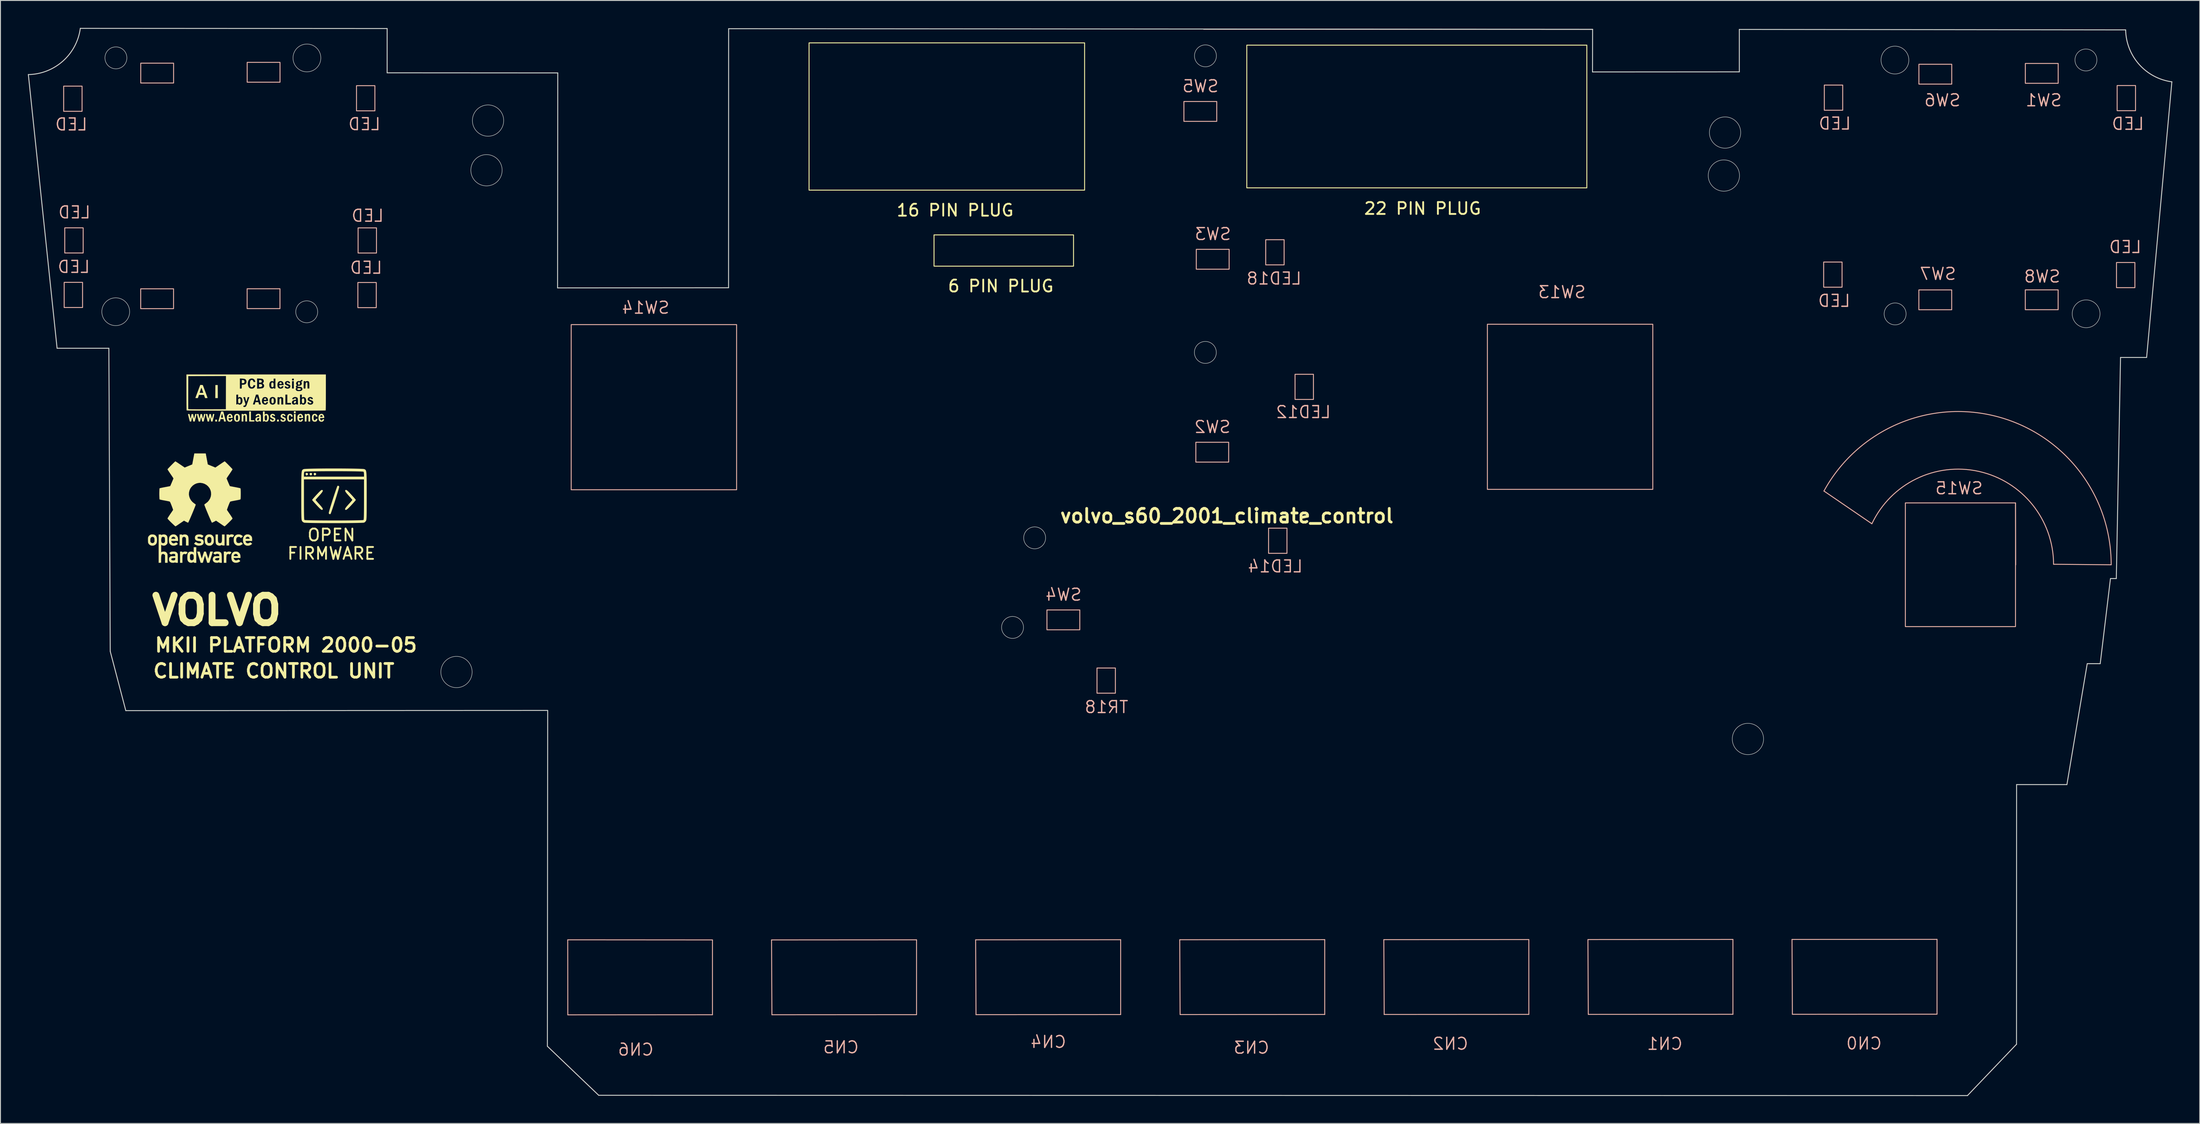
<source format=kicad_pcb>
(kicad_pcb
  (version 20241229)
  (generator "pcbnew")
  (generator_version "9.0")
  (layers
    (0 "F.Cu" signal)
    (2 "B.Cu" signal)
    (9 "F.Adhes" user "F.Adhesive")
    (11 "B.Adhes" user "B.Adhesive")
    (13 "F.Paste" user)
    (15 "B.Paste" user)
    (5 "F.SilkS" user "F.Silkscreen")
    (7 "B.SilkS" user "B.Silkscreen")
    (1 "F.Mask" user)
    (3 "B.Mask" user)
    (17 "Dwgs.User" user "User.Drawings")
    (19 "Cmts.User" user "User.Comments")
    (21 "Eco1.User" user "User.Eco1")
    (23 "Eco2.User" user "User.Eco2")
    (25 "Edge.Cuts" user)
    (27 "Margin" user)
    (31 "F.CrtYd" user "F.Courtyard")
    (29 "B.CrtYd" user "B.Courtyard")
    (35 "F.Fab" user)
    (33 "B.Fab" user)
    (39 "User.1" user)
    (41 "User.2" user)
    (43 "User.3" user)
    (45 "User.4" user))
  (footprint "volvo_s60_2001_climate_control"
    (layer "F.Cu")
    (at 131.06 53.345)
    (property "Reference" "volvo_s60_2001_climate_control" (at 0 0 0) (layer "F.SilkS") (effects (font (size 1.5 1.5) (thickness 0.3))))
    (attr board_only exclude_from_pos_files exclude_from_bom)
    (fp_rect (start -45.67 -51.71) (end -15.55 -35.61) (stroke (width 0.1) (type default)) (fill no) (layer "F.SilkS"))
    (fp_rect (start -32.01 -30.72) (end -16.76 -27.3) (stroke (width 0.1) (type default)) (fill no) (layer "F.SilkS"))
    (fp_rect (start 2.18 -51.46) (end 39.35 -35.86) (stroke (width 0.1) (type default)) (fill no) (layer "F.SilkS"))
    (fp_poly (pts (xy -110.385 -10.316) (xy -110.576 -10.316) (xy -110.576 -10.528) (xy -110.385 -10.528)) (stroke (width 0) (type solid)) (fill yes) (layer "F.SilkS"))
    (fp_poly (pts (xy -103.633 -10.316) (xy -103.823 -10.316) (xy -103.823 -10.528) (xy -103.633 -10.528)) (stroke (width 0) (type solid)) (fill yes) (layer "F.SilkS"))
    (fp_poly (pts (xy -101.791 -11.227) (xy -101.982 -11.227) (xy -101.982 -11.438) (xy -101.791 -11.438)) (stroke (width 0) (type solid)) (fill yes) (layer "F.SilkS"))
    (fp_poly (pts (xy -101.791 -10.316) (xy -101.982 -10.316) (xy -101.982 -11.142) (xy -101.791 -11.142)) (stroke (width 0) (type solid)) (fill yes) (layer "F.SilkS"))
    (fp_poly (pts (xy -110.305 -13.592) (xy -110.3 -12.878) (xy -110.576 -12.878) (xy -110.565 -14.306) (xy -110.311 -14.306)) (stroke (width 0) (type solid)) (fill yes) (layer "F.SilkS"))
    (fp_poly (pts (xy -106.681 -10.465) (xy -106.3 -10.465) (xy -106.3 -10.316) (xy -106.871 -10.316) (xy -106.871 -11.417) (xy -106.681 -11.417)) (stroke (width 0) (type solid)) (fill yes) (layer "F.SilkS"))
    (fp_poly (pts (xy -105.592 -14.835) (xy -105.528 -14.8) (xy -105.498 -14.741) (xy -105.496 -14.711) (xy -105.509 -14.64) (xy -105.552 -14.595) (xy -105.627 -14.574) (xy -105.682 -14.571) (xy -105.792 -14.571) (xy -105.792 -14.846) (xy -105.691 -14.846)) (stroke (width 0) (type solid)) (fill yes) (layer "F.SilkS"))
    (fp_poly (pts (xy -105.562 -14.39) (xy -105.493 -14.355) (xy -105.458 -14.296) (xy -105.453 -14.252) (xy -105.468 -14.178) (xy -105.515 -14.127) (xy -105.595 -14.097) (xy -105.662 -14.088) (xy -105.792 -14.079) (xy -105.792 -14.402) (xy -105.666 -14.402)) (stroke (width 0) (type solid)) (fill yes) (layer "F.SilkS"))
    (fp_poly (pts (xy -100.509 -4.684) (xy -100.436 -4.609) (xy -100.446 -4.528) (xy -100.482 -4.484) (xy -100.56 -4.424) (xy -100.623 -4.432) (xy -100.663 -4.466) (xy -100.711 -4.556) (xy -100.698 -4.641) (xy -100.64 -4.698) (xy -100.554 -4.704)) (stroke (width 0) (type solid)) (fill yes) (layer "F.SilkS"))
    (fp_poly (pts (xy -100.031 -4.671) (xy -99.996 -4.596) (xy -100.015 -4.506) (xy -100.045 -4.466) (xy -100.112 -4.42) (xy -100.178 -4.441) (xy -100.226 -4.484) (xy -100.277 -4.57) (xy -100.245 -4.647) (xy -100.198 -4.684) (xy -100.104 -4.708)) (stroke (width 0) (type solid)) (fill yes) (layer "F.SilkS"))
    (fp_poly (pts (xy -99.62 -4.684) (xy -99.547 -4.609) (xy -99.557 -4.528) (xy -99.593 -4.484) (xy -99.671 -4.424) (xy -99.734 -4.432) (xy -99.774 -4.466) (xy -99.822 -4.556) (xy -99.809 -4.641) (xy -99.751 -4.698) (xy -99.665 -4.704)) (stroke (width 0) (type solid)) (fill yes) (layer "F.SilkS"))
    (fp_poly (pts (xy -107.503 -14.842) (xy -107.459 -14.826) (xy -107.424 -14.791) (xy -107.423 -14.79) (xy -107.388 -14.718) (xy -107.382 -14.64) (xy -107.405 -14.571) (xy -107.422 -14.55) (xy -107.468 -14.52) (xy -107.536 -14.508) (xy -107.57 -14.508) (xy -107.676 -14.508) (xy -107.676 -14.846) (xy -107.571 -14.846)) (stroke (width 0) (type solid)) (fill yes) (layer "F.SilkS"))
    (fp_poly (pts (xy -101.397 -14.627) (xy -101.354 -14.591) (xy -101.329 -14.529) (xy -101.326 -14.494) (xy -101.336 -14.408) (xy -101.369 -14.357) (xy -101.425 -14.338) (xy -101.432 -14.338) (xy -101.491 -14.353) (xy -101.515 -14.379) (xy -101.534 -14.441) (xy -101.535 -14.514) (xy -101.52 -14.576) (xy -101.504 -14.601) (xy -101.45 -14.633)) (stroke (width 0) (type solid)) (fill yes) (layer "F.SilkS"))
    (fp_poly (pts (xy -105.067 -12.839) (xy -105.022 -12.793) (xy -105.009 -12.739) (xy -105.012 -12.71) (xy -105.027 -12.695) (xy -105.065 -12.688) (xy -105.134 -12.687) (xy -105.136 -12.687) (xy -105.207 -12.689) (xy -105.246 -12.696) (xy -105.261 -12.712) (xy -105.263 -12.725) (xy -105.245 -12.788) (xy -105.198 -12.837) (xy -105.137 -12.856) (xy -105.136 -12.857)) (stroke (width 0) (type solid)) (fill yes) (layer "F.SilkS"))
    (fp_poly (pts (xy -101.771 -12.556) (xy -101.752 -12.536) (xy -101.749 -12.489) (xy -101.764 -12.412) (xy -101.805 -12.349) (xy -101.862 -12.312) (xy -101.895 -12.306) (xy -101.943 -12.311) (xy -101.968 -12.32) (xy -101.977 -12.349) (xy -101.982 -12.402) (xy -101.982 -12.414) (xy -101.965 -12.49) (xy -101.917 -12.539) (xy -101.837 -12.56) (xy -101.818 -12.56)) (stroke (width 0) (type solid)) (fill yes) (layer "F.SilkS"))
    (fp_poly (pts (xy -101.353 -13.951) (xy -101.308 -13.944) (xy -101.25 -13.919) (xy -101.225 -13.878) (xy -101.238 -13.83) (xy -101.262 -13.805) (xy -101.315 -13.781) (xy -101.392 -13.768) (xy -101.474 -13.768) (xy -101.543 -13.781) (xy -101.564 -13.79) (xy -101.591 -13.825) (xy -101.601 -13.875) (xy -101.591 -13.921) (xy -101.567 -13.944) (xy -101.513 -13.954) (xy -101.436 -13.957)) (stroke (width 0) (type solid)) (fill yes) (layer "F.SilkS"))
    (fp_poly (pts (xy -106.027 -12.993) (xy -106.014 -12.966) (xy -105.994 -12.909) (xy -105.972 -12.836) (xy -105.949 -12.758) (xy -105.931 -12.688) (xy -105.92 -12.637) (xy -105.919 -12.623) (xy -105.938 -12.612) (xy -105.987 -12.604) (xy -106.033 -12.602) (xy -106.148 -12.602) (xy -106.097 -12.788) (xy -106.074 -12.872) (xy -106.057 -12.941) (xy -106.047 -12.984) (xy -106.046 -12.993) (xy -106.036 -13.001)) (stroke (width 0) (type solid)) (fill yes) (layer "F.SilkS"))
    (fp_poly (pts (xy -103.383 -14.595) (xy -103.335 -14.548) (xy -103.315 -14.485) (xy -103.315 -14.485) (xy -103.317 -14.451) (xy -103.329 -14.432) (xy -103.361 -14.424) (xy -103.423 -14.423) (xy -103.442 -14.423) (xy -103.513 -14.424) (xy -103.551 -14.43) (xy -103.566 -14.445) (xy -103.569 -14.474) (xy -103.569 -14.476) (xy -103.553 -14.533) (xy -103.513 -14.583) (xy -103.463 -14.611) (xy -103.447 -14.613)) (stroke (width 0) (type solid)) (fill yes) (layer "F.SilkS"))
    (fp_poly (pts (xy -104.277 -14.582) (xy -104.24 -14.549) (xy -104.217 -14.488) (xy -104.206 -14.394) (xy -104.204 -14.316) (xy -104.206 -14.222) (xy -104.212 -14.161) (xy -104.224 -14.122) (xy -104.243 -14.098) (xy -104.303 -14.067) (xy -104.367 -14.069) (xy -104.42 -14.103) (xy -104.425 -14.11) (xy -104.445 -14.158) (xy -104.456 -14.236) (xy -104.458 -14.328) (xy -104.453 -14.443) (xy -104.436 -14.522) (xy -104.405 -14.57) (xy -104.357 -14.59) (xy -104.331 -14.592)) (stroke (width 0) (type solid)) (fill yes) (layer "F.SilkS"))
    (fp_poly (pts (xy -104.256 -12.847) (xy -104.219 -12.813) (xy -104.196 -12.752) (xy -104.185 -12.657) (xy -104.183 -12.581) (xy -104.188 -12.464) (xy -104.203 -12.383) (xy -104.232 -12.333) (xy -104.276 -12.31) (xy -104.31 -12.306) (xy -104.375 -12.325) (xy -104.404 -12.353) (xy -104.423 -12.398) (xy -104.434 -12.469) (xy -104.437 -12.575) (xy -104.437 -12.581) (xy -104.433 -12.699) (xy -104.417 -12.78) (xy -104.389 -12.83) (xy -104.345 -12.853) (xy -104.31 -12.857)) (stroke (width 0) (type solid)) (fill yes) (layer "F.SilkS"))
    (fp_poly (pts (xy -107.86 -12.819) (xy -107.854 -12.812) (xy -107.83 -12.762) (xy -107.815 -12.684) (xy -107.809 -12.591) (xy -107.813 -12.497) (xy -107.826 -12.415) (xy -107.848 -12.358) (xy -107.854 -12.351) (xy -107.908 -12.316) (xy -107.971 -12.308) (xy -108.026 -12.329) (xy -108.038 -12.341) (xy -108.055 -12.384) (xy -108.068 -12.461) (xy -108.075 -12.558) (xy -108.077 -12.65) (xy -108.074 -12.711) (xy -108.064 -12.753) (xy -108.045 -12.786) (xy -108.036 -12.798) (xy -107.979 -12.845) (xy -107.918 -12.852)) (stroke (width 0) (type solid)) (fill yes) (layer "F.SilkS"))
    (fp_poly (pts (xy -100.896 -12.819) (xy -100.89 -12.812) (xy -100.866 -12.762) (xy -100.851 -12.684) (xy -100.846 -12.591) (xy -100.849 -12.497) (xy -100.862 -12.415) (xy -100.884 -12.358) (xy -100.89 -12.351) (xy -100.944 -12.316) (xy -101.007 -12.308) (xy -101.062 -12.329) (xy -101.074 -12.341) (xy -101.091 -12.384) (xy -101.104 -12.461) (xy -101.111 -12.558) (xy -101.113 -12.65) (xy -101.11 -12.711) (xy -101.1 -12.753) (xy -101.081 -12.786) (xy -101.072 -12.798) (xy -101.015 -12.845) (xy -100.955 -12.852)) (stroke (width 0) (type solid)) (fill yes) (layer "F.SilkS"))
    (fp_poly (pts (xy -108.694 2.032) (xy -108.608 2.059) (xy -108.553 2.092) (xy -108.535 2.118) (xy -108.54 2.149) (xy -108.572 2.197) (xy -108.599 2.232) (xy -108.655 2.294) (xy -108.697 2.321) (xy -108.733 2.319) (xy -108.839 2.292) (xy -108.917 2.293) (xy -108.98 2.324) (xy -109.002 2.342) (xy -109.07 2.405) (xy -109.07 3.229) (xy -109.344 3.229) (xy -109.344 2.034) (xy -109.207 2.034) (xy -109.125 2.037) (xy -109.082 2.048) (xy -109.07 2.071) (xy -109.07 2.072) (xy -109.064 2.095) (xy -109.038 2.092) (xy -109.001 2.075) (xy -108.926 2.043) (xy -108.865 2.024) (xy -108.787 2.019) (xy -108.694 2.032)) (stroke (width 0.01) (type solid)) (fill yes) (layer "F.SilkS"))
    (fp_poly (pts (xy -109.019 3.901) (xy -108.923 3.92) (xy -108.869 3.948) (xy -108.811 3.994) (xy -108.893 4.097) (xy -108.943 4.159) (xy -108.977 4.19) (xy -109.011 4.194) (xy -109.061 4.18) (xy -109.084 4.171) (xy -109.179 4.159) (xy -109.266 4.185) (xy -109.33 4.246) (xy -109.34 4.265) (xy -109.352 4.316) (xy -109.36 4.41) (xy -109.366 4.541) (xy -109.369 4.701) (xy -109.369 4.724) (xy -109.369 5.121) (xy -109.643 5.121) (xy -109.643 3.901) (xy -109.506 3.901) (xy -109.427 3.903) (xy -109.385 3.912) (xy -109.37 3.933) (xy -109.369 3.953) (xy -109.369 4.004) (xy -109.303 3.953) (xy -109.228 3.918) (xy -109.127 3.9) (xy -109.019 3.901)) (stroke (width 0.01) (type solid)) (fill yes) (layer "F.SilkS"))
    (fp_poly (pts (xy -114.224 3.904) (xy -114.187 3.915) (xy -114.175 3.94) (xy -114.175 3.951) (xy -114.173 3.981) (xy -114.158 3.986) (xy -114.118 3.965) (xy -114.094 3.951) (xy -114.019 3.92) (xy -113.929 3.904) (xy -113.835 3.903) (xy -113.746 3.915) (xy -113.674 3.937) (xy -113.629 3.969) (xy -113.62 4.009) (xy -113.624 4.02) (xy -113.657 4.065) (xy -113.709 4.121) (xy -113.718 4.13) (xy -113.767 4.171) (xy -113.809 4.184) (xy -113.868 4.175) (xy -113.892 4.169) (xy -113.966 4.154) (xy -114.018 4.161) (xy -114.061 4.184) (xy -114.101 4.216) (xy -114.131 4.256) (xy -114.151 4.311) (xy -114.164 4.39) (xy -114.172 4.5) (xy -114.174 4.648) (xy -114.175 4.737) (xy -114.175 5.121) (xy -114.424 5.121) (xy -114.424 3.901) (xy -114.299 3.901) (xy -114.224 3.904)) (stroke (width 0.01) (type solid)) (fill yes) (layer "F.SilkS"))
    (fp_poly (pts (xy -97.045 -3.236) (xy -97.031 -3.176) (xy -97.043 -3.111) (xy -97.078 -2.978) (xy -97.133 -2.79) (xy -97.203 -2.557) (xy -97.284 -2.29) (xy -97.375 -2.001) (xy -97.47 -1.701) (xy -97.566 -1.401) (xy -97.66 -1.112) (xy -97.749 -0.844) (xy -97.828 -0.611) (xy -97.894 -0.421) (xy -97.943 -0.287) (xy -97.973 -0.22) (xy -97.977 -0.214) (xy -98.035 -0.188) (xy -98.1 -0.202) (xy -98.121 -0.21) (xy -98.164 -0.265) (xy -98.174 -0.319) (xy -98.161 -0.389) (xy -98.126 -0.524) (xy -98.071 -0.715) (xy -98.001 -0.95) (xy -97.918 -1.217) (xy -97.828 -1.507) (xy -97.732 -1.807) (xy -97.634 -2.107) (xy -97.539 -2.396) (xy -97.449 -2.662) (xy -97.369 -2.895) (xy -97.302 -3.084) (xy -97.251 -3.218) (xy -97.22 -3.285) (xy -97.214 -3.29) (xy -97.115 -3.294)) (stroke (width 0) (type solid)) (fill yes) (layer "F.SilkS"))
    (fp_poly (pts (xy -110.29 2.421) (xy -110.288 2.604) (xy -110.279 2.743) (xy -110.262 2.843) (xy -110.234 2.911) (xy -110.193 2.953) (xy -110.136 2.973) (xy -110.066 2.978) (xy -109.992 2.972) (xy -109.937 2.951) (xy -109.896 2.908) (xy -109.869 2.839) (xy -109.852 2.736) (xy -109.844 2.596) (xy -109.842 2.421) (xy -109.842 2.034) (xy -109.568 2.034) (xy -109.568 3.229) (xy -109.705 3.229) (xy -109.787 3.225) (xy -109.83 3.214) (xy -109.842 3.191) (xy -109.849 3.172) (xy -109.877 3.176) (xy -109.935 3.204) (xy -110.066 3.247) (xy -110.206 3.244) (xy -110.339 3.197) (xy -110.403 3.16) (xy -110.452 3.12) (xy -110.487 3.069) (xy -110.512 3.002) (xy -110.527 2.91) (xy -110.535 2.787) (xy -110.539 2.626) (xy -110.539 2.501) (xy -110.539 2.034) (xy -110.29 2.034) (xy -110.29 2.421)) (stroke (width 0.01) (type solid)) (fill yes) (layer "F.SilkS"))
    (fp_poly (pts (xy -107.226 -11.139) (xy -107.214 -11.134) (xy -107.177 -11.108) (xy -107.148 -11.07) (xy -107.128 -11.016) (xy -107.115 -10.939) (xy -107.108 -10.833) (xy -107.105 -10.694) (xy -107.104 -10.629) (xy -107.104 -10.316) (xy -107.295 -10.316) (xy -107.295 -10.632) (xy -107.295 -10.76) (xy -107.298 -10.851) (xy -107.303 -10.914) (xy -107.312 -10.953) (xy -107.324 -10.977) (xy -107.328 -10.982) (xy -107.363 -11.009) (xy -107.396 -11.009) (xy -107.441 -10.978) (xy -107.446 -10.975) (xy -107.465 -10.957) (xy -107.479 -10.935) (xy -107.489 -10.902) (xy -107.495 -10.851) (xy -107.499 -10.774) (xy -107.502 -10.665) (xy -107.503 -10.625) (xy -107.51 -10.316) (xy -107.697 -10.316) (xy -107.697 -11.142) (xy -107.602 -11.142) (xy -107.54 -11.138) (xy -107.512 -11.126) (xy -107.506 -11.107) (xy -107.503 -11.084) (xy -107.487 -11.091) (xy -107.467 -11.108) (xy -107.396 -11.146) (xy -107.31 -11.157)) (stroke (width 0) (type solid)) (fill yes) (layer "F.SilkS"))
    (fp_poly (pts (xy -100.326 -11.139) (xy -100.314 -11.134) (xy -100.276 -11.108) (xy -100.248 -11.07) (xy -100.228 -11.016) (xy -100.215 -10.939) (xy -100.207 -10.833) (xy -100.204 -10.694) (xy -100.204 -10.629) (xy -100.204 -10.316) (xy -100.394 -10.316) (xy -100.394 -10.632) (xy -100.395 -10.76) (xy -100.398 -10.851) (xy -100.403 -10.914) (xy -100.411 -10.953) (xy -100.424 -10.977) (xy -100.428 -10.982) (xy -100.463 -11.009) (xy -100.496 -11.009) (xy -100.541 -10.978) (xy -100.546 -10.975) (xy -100.565 -10.957) (xy -100.579 -10.935) (xy -100.588 -10.902) (xy -100.594 -10.851) (xy -100.598 -10.774) (xy -100.601 -10.665) (xy -100.602 -10.625) (xy -100.609 -10.316) (xy -100.797 -10.316) (xy -100.797 -11.142) (xy -100.701 -11.142) (xy -100.64 -11.138) (xy -100.612 -11.126) (xy -100.606 -11.107) (xy -100.603 -11.084) (xy -100.586 -11.091) (xy -100.566 -11.108) (xy -100.496 -11.146) (xy -100.409 -11.157)) (stroke (width 0) (type solid)) (fill yes) (layer "F.SilkS"))
    (fp_poly (pts (xy -98.919 -2.841) (xy -98.842 -2.814) (xy -98.817 -2.76) (xy -98.844 -2.671) (xy -98.928 -2.543) (xy -99.07 -2.369) (xy -99.209 -2.214) (xy -99.354 -2.054) (xy -99.476 -1.916) (xy -99.565 -1.812) (xy -99.61 -1.753) (xy -99.613 -1.746) (xy -99.586 -1.707) (xy -99.512 -1.618) (xy -99.4 -1.49) (xy -99.262 -1.337) (xy -99.209 -1.279) (xy -99.024 -1.069) (xy -98.899 -0.91) (xy -98.832 -0.795) (xy -98.82 -0.717) (xy -98.86 -0.672) (xy -98.919 -0.656) (xy -98.969 -0.668) (xy -99.046 -0.72) (xy -99.156 -0.819) (xy -99.307 -0.969) (xy -99.501 -1.174) (xy -99.663 -1.351) (xy -99.802 -1.507) (xy -99.91 -1.632) (xy -99.977 -1.716) (xy -99.994 -1.745) (xy -99.967 -1.788) (xy -99.891 -1.881) (xy -99.776 -2.015) (xy -99.631 -2.177) (xy -99.501 -2.319) (xy -99.304 -2.528) (xy -99.155 -2.678) (xy -99.046 -2.776) (xy -98.97 -2.828) (xy -98.919 -2.841)) (stroke (width 0) (type solid)) (fill yes) (layer "F.SilkS"))
    (fp_poly (pts (xy -96.236 -2.829) (xy -96.16 -2.777) (xy -96.051 -2.68) (xy -95.902 -2.53) (xy -95.707 -2.322) (xy -95.704 -2.319) (xy -95.542 -2.142) (xy -95.403 -1.984) (xy -95.295 -1.858) (xy -95.228 -1.774) (xy -95.21 -1.745) (xy -95.238 -1.702) (xy -95.314 -1.609) (xy -95.43 -1.476) (xy -95.575 -1.314) (xy -95.702 -1.176) (xy -95.904 -0.963) (xy -96.06 -0.81) (xy -96.177 -0.711) (xy -96.263 -0.66) (xy -96.326 -0.652) (xy -96.368 -0.676) (xy -96.393 -0.724) (xy -96.38 -0.792) (xy -96.325 -0.888) (xy -96.222 -1.022) (xy -96.065 -1.202) (xy -95.994 -1.281) (xy -95.849 -1.44) (xy -95.727 -1.578) (xy -95.639 -1.682) (xy -95.595 -1.739) (xy -95.591 -1.746) (xy -95.619 -1.785) (xy -95.693 -1.875) (xy -95.804 -2.002) (xy -95.943 -2.156) (xy -95.995 -2.214) (xy -96.182 -2.424) (xy -96.307 -2.584) (xy -96.374 -2.701) (xy -96.386 -2.779) (xy -96.345 -2.824) (xy -96.286 -2.841)) (stroke (width 0) (type solid)) (fill yes) (layer "F.SilkS"))
    (fp_poly (pts (xy -113.75 2.054) (xy -113.688 2.084) (xy -113.628 2.126) (xy -113.583 2.176) (xy -113.549 2.238) (xy -113.527 2.322) (xy -113.513 2.433) (xy -113.505 2.579) (xy -113.503 2.767) (xy -113.503 2.787) (xy -113.502 3.229) (xy -113.776 3.229) (xy -113.776 2.821) (xy -113.776 2.67) (xy -113.778 2.561) (xy -113.781 2.485) (xy -113.789 2.434) (xy -113.8 2.399) (xy -113.818 2.374) (xy -113.842 2.348) (xy -113.927 2.293) (xy -114.019 2.283) (xy -114.108 2.318) (xy -114.138 2.344) (xy -114.161 2.368) (xy -114.177 2.394) (xy -114.188 2.43) (xy -114.195 2.483) (xy -114.198 2.563) (xy -114.199 2.678) (xy -114.2 2.817) (xy -114.2 3.229) (xy -114.474 3.229) (xy -114.474 2.034) (xy -114.337 2.034) (xy -114.254 2.037) (xy -114.212 2.048) (xy -114.2 2.071) (xy -114.2 2.072) (xy -114.194 2.094) (xy -114.169 2.091) (xy -114.119 2.067) (xy -114.005 2.031) (xy -113.875 2.027) (xy -113.75 2.054)) (stroke (width 0.01) (type solid)) (fill yes) (layer "F.SilkS"))
    (fp_poly (pts (xy -109.817 -11.413) (xy -109.702 -11.407) (xy -109.57 -10.909) (xy -109.533 -10.768) (xy -109.498 -10.638) (xy -109.468 -10.527) (xy -109.445 -10.439) (xy -109.429 -10.382) (xy -109.424 -10.364) (xy -109.418 -10.336) (xy -109.43 -10.322) (xy -109.469 -10.317) (xy -109.512 -10.316) (xy -109.616 -10.316) (xy -109.646 -10.449) (xy -109.677 -10.581) (xy -109.993 -10.581) (xy -110.027 -10.454) (xy -110.06 -10.327) (xy -110.156 -10.321) (xy -110.251 -10.314) (xy -110.118 -10.777) (xy -109.94 -10.777) (xy -109.933 -10.754) (xy -109.904 -10.743) (xy -109.844 -10.74) (xy -109.835 -10.74) (xy -109.771 -10.744) (xy -109.734 -10.755) (xy -109.729 -10.763) (xy -109.734 -10.793) (xy -109.747 -10.853) (xy -109.765 -10.93) (xy -109.785 -11.012) (xy -109.805 -11.087) (xy -109.821 -11.143) (xy -109.828 -11.163) (xy -109.837 -11.157) (xy -109.853 -11.118) (xy -109.873 -11.058) (xy -109.895 -10.986) (xy -109.915 -10.91) (xy -109.931 -10.842) (xy -109.939 -10.79) (xy -109.94 -10.777) (xy -110.118 -10.777) (xy -110.092 -10.867) (xy -109.932 -11.419)) (stroke (width 0) (type solid)) (fill yes) (layer "F.SilkS"))
    (fp_poly (pts (xy -102.321 -11.148) (xy -102.229 -11.102) (xy -102.161 -11.023) (xy -102.12 -10.917) (xy -102.114 -10.876) (xy -102.124 -10.855) (xy -102.16 -10.846) (xy -102.201 -10.843) (xy -102.26 -10.84) (xy -102.29 -10.849) (xy -102.304 -10.876) (xy -102.309 -10.897) (xy -102.335 -10.971) (xy -102.378 -11.008) (xy -102.418 -11.015) (xy -102.474 -10.998) (xy -102.513 -10.945) (xy -102.535 -10.856) (xy -102.543 -10.729) (xy -102.535 -10.602) (xy -102.513 -10.514) (xy -102.474 -10.461) (xy -102.419 -10.444) (xy -102.417 -10.444) (xy -102.364 -10.462) (xy -102.321 -10.508) (xy -102.3 -10.566) (xy -102.299 -10.575) (xy -102.291 -10.599) (xy -102.261 -10.61) (xy -102.202 -10.613) (xy -102.106 -10.613) (xy -102.12 -10.544) (xy -102.159 -10.43) (xy -102.22 -10.352) (xy -102.256 -10.327) (xy -102.341 -10.302) (xy -102.441 -10.297) (xy -102.536 -10.313) (xy -102.587 -10.335) (xy -102.655 -10.4) (xy -102.7 -10.498) (xy -102.724 -10.631) (xy -102.728 -10.731) (xy -102.716 -10.882) (xy -102.681 -10.998) (xy -102.621 -11.082) (xy -102.535 -11.134) (xy -102.43 -11.157)) (stroke (width 0) (type solid)) (fill yes) (layer "F.SilkS"))
    (fp_poly (pts (xy -99.612 -11.148) (xy -99.52 -11.102) (xy -99.451 -11.023) (xy -99.411 -10.917) (xy -99.405 -10.876) (xy -99.414 -10.855) (xy -99.45 -10.846) (xy -99.492 -10.843) (xy -99.551 -10.84) (xy -99.581 -10.849) (xy -99.595 -10.876) (xy -99.599 -10.897) (xy -99.625 -10.971) (xy -99.669 -11.008) (xy -99.709 -11.015) (xy -99.764 -10.998) (xy -99.803 -10.945) (xy -99.826 -10.856) (xy -99.833 -10.729) (xy -99.826 -10.602) (xy -99.804 -10.514) (xy -99.765 -10.461) (xy -99.709 -10.444) (xy -99.707 -10.444) (xy -99.655 -10.462) (xy -99.612 -10.508) (xy -99.59 -10.566) (xy -99.59 -10.575) (xy -99.582 -10.599) (xy -99.552 -10.61) (xy -99.493 -10.613) (xy -99.396 -10.613) (xy -99.411 -10.544) (xy -99.45 -10.43) (xy -99.51 -10.352) (xy -99.547 -10.327) (xy -99.632 -10.302) (xy -99.732 -10.297) (xy -99.827 -10.313) (xy -99.878 -10.335) (xy -99.945 -10.4) (xy -99.991 -10.498) (xy -100.014 -10.631) (xy -100.018 -10.731) (xy -100.007 -10.882) (xy -99.971 -10.998) (xy -99.911 -11.082) (xy -99.826 -11.134) (xy -99.721 -11.157)) (stroke (width 0) (type solid)) (fill yes) (layer "F.SilkS"))
    (fp_poly (pts (xy -107.866 2.044) (xy -107.722 2.105) (xy -107.677 2.135) (xy -107.618 2.181) (xy -107.582 2.217) (xy -107.576 2.229) (xy -107.594 2.255) (xy -107.639 2.299) (xy -107.676 2.33) (xy -107.776 2.41) (xy -107.855 2.344) (xy -107.916 2.301) (xy -107.976 2.286) (xy -108.044 2.29) (xy -108.153 2.317) (xy -108.227 2.373) (xy -108.273 2.463) (xy -108.293 2.593) (xy -108.293 2.593) (xy -108.292 2.739) (xy -108.264 2.846) (xy -108.209 2.919) (xy -108.171 2.944) (xy -108.071 2.974) (xy -107.964 2.974) (xy -107.872 2.945) (xy -107.85 2.93) (xy -107.794 2.893) (xy -107.751 2.887) (xy -107.705 2.914) (xy -107.654 2.964) (xy -107.572 3.048) (xy -107.662 3.122) (xy -107.802 3.206) (xy -107.959 3.248) (xy -108.124 3.245) (xy -108.232 3.217) (xy -108.358 3.15) (xy -108.459 3.043) (xy -108.505 2.967) (xy -108.542 2.859) (xy -108.56 2.722) (xy -108.561 2.574) (xy -108.542 2.431) (xy -108.506 2.312) (xy -108.5 2.3) (xy -108.415 2.18) (xy -108.3 2.092) (xy -108.165 2.039) (xy -108.017 2.023) (xy -107.866 2.044)) (stroke (width 0.01) (type solid)) (fill yes) (layer "F.SilkS"))
    (fp_poly (pts (xy -105.178 -11.083) (xy -105.099 -11.124) (xy -105.002 -11.153) (xy -104.912 -11.141) (xy -104.833 -11.091) (xy -104.774 -11.01) (xy -104.734 -10.9) (xy -104.717 -10.774) (xy -104.72 -10.645) (xy -104.744 -10.523) (xy -104.787 -10.42) (xy -104.829 -10.365) (xy -104.88 -10.321) (xy -104.928 -10.301) (xy -104.996 -10.295) (xy -105.004 -10.295) (xy -105.095 -10.305) (xy -105.161 -10.336) (xy -105.165 -10.339) (xy -105.204 -10.367) (xy -105.224 -10.367) (xy -105.233 -10.35) (xy -105.263 -10.324) (xy -105.307 -10.316) (xy -105.369 -10.316) (xy -105.369 -10.786) (xy -105.177 -10.786) (xy -105.175 -10.657) (xy -105.174 -10.652) (xy -105.167 -10.569) (xy -105.156 -10.515) (xy -105.136 -10.481) (xy -105.117 -10.462) (xy -105.06 -10.428) (xy -105.013 -10.43) (xy -104.979 -10.456) (xy -104.945 -10.504) (xy -104.925 -10.575) (xy -104.916 -10.675) (xy -104.915 -10.75) (xy -104.925 -10.869) (xy -104.95 -10.952) (xy -104.991 -11) (xy -105.045 -11.01) (xy -105.104 -10.985) (xy -105.143 -10.945) (xy -105.167 -10.88) (xy -105.177 -10.786) (xy -105.369 -10.786) (xy -105.369 -11.417) (xy -105.178 -11.417)) (stroke (width 0) (type solid)) (fill yes) (layer "F.SilkS"))
    (fp_poly (pts (xy -108.09 -11.139) (xy -108.002 -11.096) (xy -107.939 -11.021) (xy -107.9 -10.915) (xy -107.884 -10.773) (xy -107.883 -10.73) (xy -107.893 -10.577) (xy -107.925 -10.459) (xy -107.981 -10.374) (xy -108.06 -10.321) (xy -108.166 -10.297) (xy -108.213 -10.295) (xy -108.288 -10.299) (xy -108.341 -10.314) (xy -108.39 -10.348) (xy -108.404 -10.36) (xy -108.464 -10.427) (xy -108.502 -10.508) (xy -108.523 -10.613) (xy -108.528 -10.746) (xy -108.523 -10.804) (xy -108.329 -10.804) (xy -108.329 -10.686) (xy -108.324 -10.595) (xy -108.316 -10.536) (xy -108.303 -10.498) (xy -108.282 -10.472) (xy -108.271 -10.463) (xy -108.231 -10.434) (xy -108.205 -10.422) (xy -108.178 -10.434) (xy -108.138 -10.463) (xy -108.114 -10.487) (xy -108.098 -10.519) (xy -108.088 -10.569) (xy -108.083 -10.646) (xy -108.081 -10.686) (xy -108.082 -10.824) (xy -108.1 -10.924) (xy -108.134 -10.987) (xy -108.185 -11.012) (xy -108.245 -11.005) (xy -108.288 -10.973) (xy -108.316 -10.906) (xy -108.329 -10.804) (xy -108.523 -10.804) (xy -108.515 -10.893) (xy -108.478 -11.007) (xy -108.417 -11.087) (xy -108.331 -11.135) (xy -108.217 -11.152) (xy -108.205 -11.153)) (stroke (width 0) (type solid)) (fill yes) (layer "F.SilkS"))
    (fp_poly (pts (xy -112.081 -14.313) (xy -111.942 -14.306) (xy -111.682 -13.608) (xy -111.622 -13.445) (xy -111.566 -13.295) (xy -111.518 -13.162) (xy -111.477 -13.051) (xy -111.447 -12.966) (xy -111.428 -12.912) (xy -111.422 -12.894) (xy -111.442 -12.885) (xy -111.492 -12.88) (xy -111.557 -12.878) (xy -111.693 -12.878) (xy -111.814 -13.227) (xy -112.36 -13.227) (xy -112.388 -13.142) (xy -112.415 -13.065) (xy -112.445 -12.982) (xy -112.451 -12.968) (xy -112.484 -12.878) (xy -112.622 -12.878) (xy -112.7 -12.88) (xy -112.741 -12.888) (xy -112.751 -12.902) (xy -112.75 -12.904) (xy -112.741 -12.93) (xy -112.718 -12.99) (xy -112.684 -13.08) (xy -112.641 -13.196) (xy -112.59 -13.333) (xy -112.536 -13.476) (xy -112.283 -13.476) (xy -112.278 -13.463) (xy -112.245 -13.455) (xy -112.181 -13.45) (xy -112.092 -13.449) (xy -111.89 -13.449) (xy -111.986 -13.73) (xy -112.021 -13.831) (xy -112.051 -13.917) (xy -112.074 -13.98) (xy -112.087 -14.014) (xy -112.088 -14.017) (xy -112.097 -14) (xy -112.117 -13.951) (xy -112.144 -13.876) (xy -112.177 -13.783) (xy -112.184 -13.763) (xy -112.218 -13.663) (xy -112.248 -13.576) (xy -112.27 -13.512) (xy -112.282 -13.478) (xy -112.283 -13.476) (xy -112.536 -13.476) (xy -112.532 -13.486) (xy -112.481 -13.625) (xy -112.22 -14.319)) (stroke (width 0) (type solid)) (fill yes) (layer "F.SilkS"))
    (fp_poly (pts (xy -111.048 2.048) (xy -110.922 2.117) (xy -110.823 2.225) (xy -110.777 2.313) (xy -110.757 2.391) (xy -110.744 2.502) (xy -110.738 2.63) (xy -110.741 2.758) (xy -110.751 2.871) (xy -110.763 2.931) (xy -110.804 3.013) (xy -110.874 3.101) (xy -110.959 3.177) (xy -111.043 3.227) (xy -111.045 3.227) (xy -111.149 3.249) (xy -111.273 3.249) (xy -111.39 3.23) (xy -111.435 3.214) (xy -111.552 3.148) (xy -111.636 3.061) (xy -111.691 2.946) (xy -111.721 2.796) (xy -111.728 2.717) (xy -111.727 2.618) (xy -111.46 2.618) (xy -111.451 2.763) (xy -111.425 2.873) (xy -111.384 2.943) (xy -111.355 2.963) (xy -111.28 2.977) (xy -111.191 2.973) (xy -111.114 2.953) (xy -111.093 2.942) (xy -111.04 2.877) (xy -111.005 2.778) (xy -110.99 2.658) (xy -110.997 2.528) (xy -111.013 2.451) (xy -111.06 2.361) (xy -111.135 2.304) (xy -111.224 2.285) (xy -111.317 2.305) (xy -111.388 2.355) (xy -111.425 2.397) (xy -111.447 2.437) (xy -111.457 2.492) (xy -111.46 2.576) (xy -111.46 2.618) (xy -111.727 2.618) (xy -111.726 2.507) (xy -111.692 2.334) (xy -111.625 2.2) (xy -111.526 2.103) (xy -111.395 2.044) (xy -111.367 2.037) (xy -111.197 2.021) (xy -111.048 2.048)) (stroke (width 0.01) (type solid)) (fill yes) (layer "F.SilkS"))
    (fp_poly (pts (xy -111.7 3.906) (xy -111.601 3.914) (xy -111.472 4.3) (xy -111.344 4.686) (xy -111.303 4.549) (xy -111.279 4.464) (xy -111.247 4.35) (xy -111.213 4.224) (xy -111.194 4.156) (xy -111.126 3.901) (xy -110.842 3.901) (xy -110.927 4.169) (xy -110.969 4.301) (xy -111.019 4.459) (xy -111.072 4.625) (xy -111.119 4.773) (xy -111.226 5.109) (xy -111.457 5.124) (xy -111.519 4.917) (xy -111.558 4.789) (xy -111.6 4.647) (xy -111.637 4.522) (xy -111.638 4.517) (xy -111.666 4.433) (xy -111.69 4.375) (xy -111.707 4.353) (xy -111.71 4.355) (xy -111.723 4.389) (xy -111.746 4.462) (xy -111.778 4.564) (xy -111.814 4.687) (xy -111.834 4.754) (xy -111.942 5.121) (xy -112.172 5.121) (xy -112.355 4.542) (xy -112.406 4.38) (xy -112.453 4.233) (xy -112.493 4.107) (xy -112.524 4.01) (xy -112.544 3.949) (xy -112.55 3.931) (xy -112.545 3.913) (xy -112.508 3.905) (xy -112.43 3.905) (xy -112.418 3.906) (xy -112.273 3.914) (xy -112.178 4.262) (xy -112.143 4.389) (xy -112.112 4.501) (xy -112.087 4.588) (xy -112.072 4.64) (xy -112.069 4.648) (xy -112.057 4.639) (xy -112.033 4.588) (xy -112 4.504) (xy -111.96 4.393) (xy -111.926 4.292) (xy -111.798 3.899) (xy -111.7 3.906)) (stroke (width 0.01) (type solid)) (fill yes) (layer "F.SilkS"))
    (fp_poly (pts (xy -117.284 2.046) (xy -117.154 2.104) (xy -117.055 2.2) (xy -116.987 2.335) (xy -116.951 2.509) (xy -116.948 2.536) (xy -116.946 2.727) (xy -116.973 2.895) (xy -117.026 3.031) (xy -117.055 3.075) (xy -117.155 3.167) (xy -117.283 3.227) (xy -117.425 3.252) (xy -117.571 3.239) (xy -117.682 3.2) (xy -117.777 3.135) (xy -117.855 3.049) (xy -117.856 3.047) (xy -117.888 2.993) (xy -117.908 2.94) (xy -117.921 2.873) (xy -117.928 2.778) (xy -117.931 2.7) (xy -117.932 2.629) (xy -117.683 2.629) (xy -117.681 2.699) (xy -117.672 2.793) (xy -117.657 2.853) (xy -117.628 2.896) (xy -117.602 2.921) (xy -117.509 2.973) (xy -117.411 2.98) (xy -117.32 2.943) (xy -117.275 2.9) (xy -117.242 2.858) (xy -117.223 2.817) (xy -117.214 2.764) (xy -117.214 2.685) (xy -117.217 2.612) (xy -117.222 2.508) (xy -117.231 2.44) (xy -117.247 2.396) (xy -117.274 2.362) (xy -117.295 2.343) (xy -117.384 2.292) (xy -117.48 2.289) (xy -117.561 2.319) (xy -117.629 2.382) (xy -117.67 2.485) (xy -117.683 2.629) (xy -117.932 2.629) (xy -117.934 2.545) (xy -117.929 2.429) (xy -117.914 2.341) (xy -117.887 2.272) (xy -117.846 2.212) (xy -117.83 2.194) (xy -117.735 2.104) (xy -117.632 2.051) (xy -117.507 2.029) (xy -117.446 2.027) (xy -117.284 2.046)) (stroke (width 0.01) (type solid)) (fill yes) (layer "F.SilkS"))
    (fp_poly (pts (xy -112.656 5.121) (xy -112.793 5.121) (xy -112.872 5.119) (xy -112.914 5.109) (xy -112.928 5.088) (xy -112.93 5.074) (xy -112.932 5.046) (xy -112.948 5.04) (xy -112.99 5.058) (xy -113.022 5.074) (xy -113.146 5.113) (xy -113.282 5.115) (xy -113.391 5.086) (xy -113.494 5.017) (xy -113.572 4.913) (xy -113.615 4.792) (xy -113.616 4.785) (xy -113.622 4.711) (xy -113.625 4.604) (xy -113.625 4.524) (xy -113.353 4.524) (xy -113.347 4.631) (xy -113.332 4.719) (xy -113.313 4.769) (xy -113.239 4.837) (xy -113.152 4.861) (xy -113.062 4.842) (xy -112.986 4.783) (xy -112.957 4.743) (xy -112.94 4.696) (xy -112.932 4.627) (xy -112.93 4.524) (xy -112.933 4.421) (xy -112.942 4.331) (xy -112.956 4.271) (xy -112.958 4.265) (xy -113.011 4.201) (xy -113.088 4.166) (xy -113.175 4.16) (xy -113.255 4.184) (xy -113.315 4.24) (xy -113.321 4.251) (xy -113.34 4.318) (xy -113.351 4.414) (xy -113.353 4.524) (xy -113.625 4.524) (xy -113.625 4.483) (xy -113.623 4.418) (xy -113.611 4.256) (xy -113.586 4.135) (xy -113.543 4.045) (xy -113.481 3.979) (xy -113.42 3.939) (xy -113.335 3.912) (xy -113.23 3.903) (xy -113.122 3.91) (xy -113.029 3.934) (xy -112.98 3.963) (xy -112.93 4.009) (xy -112.93 3.428) (xy -112.656 3.428) (xy -112.656 5.121)) (stroke (width 0.01) (type solid)) (fill yes) (layer "F.SilkS"))
    (fp_poly (pts (xy -112.652 -11.136) (xy -112.629 -11.123) (xy -112.629 -11.12) (xy -112.634 -11.094) (xy -112.647 -11.033) (xy -112.668 -10.945) (xy -112.695 -10.836) (xy -112.725 -10.713) (xy -112.727 -10.708) (xy -112.825 -10.316) (xy -112.982 -10.316) (xy -113.031 -10.544) (xy -113.052 -10.638) (xy -113.071 -10.716) (xy -113.086 -10.769) (xy -113.094 -10.788) (xy -113.103 -10.775) (xy -113.118 -10.728) (xy -113.137 -10.654) (xy -113.157 -10.561) (xy -113.157 -10.56) (xy -113.206 -10.316) (xy -113.364 -10.316) (xy -113.462 -10.708) (xy -113.493 -10.831) (xy -113.519 -10.941) (xy -113.541 -11.03) (xy -113.555 -11.092) (xy -113.56 -11.12) (xy -113.56 -11.12) (xy -113.541 -11.134) (xy -113.494 -11.141) (xy -113.476 -11.142) (xy -113.419 -11.138) (xy -113.391 -11.121) (xy -113.381 -11.094) (xy -113.372 -11.053) (xy -113.356 -10.983) (xy -113.337 -10.895) (xy -113.326 -10.846) (xy -113.307 -10.76) (xy -113.291 -10.691) (xy -113.28 -10.649) (xy -113.277 -10.64) (xy -113.27 -10.657) (xy -113.258 -10.708) (xy -113.24 -10.784) (xy -113.22 -10.879) (xy -113.219 -10.883) (xy -113.167 -11.131) (xy -113.001 -11.131) (xy -112.953 -10.89) (xy -112.933 -10.794) (xy -112.916 -10.715) (xy -112.903 -10.662) (xy -112.897 -10.641) (xy -112.89 -10.658) (xy -112.875 -10.708) (xy -112.856 -10.784) (xy -112.833 -10.879) (xy -112.831 -10.888) (xy -112.771 -11.142) (xy -112.7 -11.142)) (stroke (width 0) (type solid)) (fill yes) (layer "F.SilkS"))
    (fp_poly (pts (xy -111.679 -11.136) (xy -111.655 -11.123) (xy -111.655 -11.12) (xy -111.66 -11.094) (xy -111.674 -11.033) (xy -111.695 -10.945) (xy -111.721 -10.836) (xy -111.752 -10.713) (xy -111.753 -10.708) (xy -111.851 -10.316) (xy -112.008 -10.316) (xy -112.057 -10.544) (xy -112.078 -10.638) (xy -112.097 -10.716) (xy -112.112 -10.769) (xy -112.12 -10.788) (xy -112.129 -10.775) (xy -112.144 -10.728) (xy -112.163 -10.654) (xy -112.183 -10.561) (xy -112.183 -10.56) (xy -112.233 -10.316) (xy -112.391 -10.316) (xy -112.489 -10.708) (xy -112.519 -10.831) (xy -112.546 -10.941) (xy -112.567 -11.03) (xy -112.581 -11.092) (xy -112.586 -11.12) (xy -112.586 -11.12) (xy -112.568 -11.134) (xy -112.521 -11.141) (xy -112.502 -11.142) (xy -112.445 -11.138) (xy -112.417 -11.121) (xy -112.407 -11.094) (xy -112.398 -11.053) (xy -112.382 -10.983) (xy -112.363 -10.895) (xy -112.353 -10.846) (xy -112.333 -10.76) (xy -112.317 -10.691) (xy -112.306 -10.649) (xy -112.303 -10.64) (xy -112.297 -10.657) (xy -112.284 -10.708) (xy -112.266 -10.784) (xy -112.246 -10.879) (xy -112.245 -10.883) (xy -112.194 -11.131) (xy -112.027 -11.131) (xy -111.979 -10.89) (xy -111.959 -10.794) (xy -111.942 -10.715) (xy -111.93 -10.662) (xy -111.923 -10.641) (xy -111.916 -10.658) (xy -111.902 -10.708) (xy -111.882 -10.784) (xy -111.859 -10.879) (xy -111.857 -10.888) (xy -111.798 -11.142) (xy -111.726 -11.142)) (stroke (width 0) (type solid)) (fill yes) (layer "F.SilkS"))
    (fp_poly (pts (xy -110.705 -11.136) (xy -110.682 -11.123) (xy -110.681 -11.12) (xy -110.686 -11.094) (xy -110.7 -11.033) (xy -110.721 -10.945) (xy -110.747 -10.836) (xy -110.778 -10.713) (xy -110.779 -10.708) (xy -110.877 -10.316) (xy -111.035 -10.316) (xy -111.084 -10.544) (xy -111.105 -10.638) (xy -111.124 -10.716) (xy -111.139 -10.769) (xy -111.146 -10.788) (xy -111.156 -10.775) (xy -111.171 -10.728) (xy -111.189 -10.654) (xy -111.21 -10.561) (xy -111.21 -10.56) (xy -111.259 -10.316) (xy -111.417 -10.316) (xy -111.515 -10.708) (xy -111.545 -10.831) (xy -111.572 -10.941) (xy -111.593 -11.03) (xy -111.607 -11.092) (xy -111.613 -11.12) (xy -111.613 -11.12) (xy -111.594 -11.134) (xy -111.547 -11.141) (xy -111.528 -11.142) (xy -111.472 -11.138) (xy -111.444 -11.121) (xy -111.433 -11.094) (xy -111.424 -11.053) (xy -111.409 -10.983) (xy -111.39 -10.895) (xy -111.379 -10.846) (xy -111.36 -10.76) (xy -111.344 -10.691) (xy -111.333 -10.649) (xy -111.329 -10.64) (xy -111.323 -10.657) (xy -111.31 -10.708) (xy -111.293 -10.784) (xy -111.272 -10.879) (xy -111.272 -10.883) (xy -111.22 -11.131) (xy -111.054 -11.131) (xy -111.005 -10.89) (xy -110.986 -10.794) (xy -110.969 -10.715) (xy -110.956 -10.662) (xy -110.95 -10.641) (xy -110.943 -10.658) (xy -110.928 -10.708) (xy -110.908 -10.784) (xy -110.885 -10.879) (xy -110.883 -10.888) (xy -110.824 -11.142) (xy -110.753 -11.142)) (stroke (width 0) (type solid)) (fill yes) (layer "F.SilkS"))
    (fp_poly (pts (xy -104.21 -11.141) (xy -104.128 -11.093) (xy -104.104 -11.07) (xy -104.054 -11.006) (xy -104.039 -10.962) (xy -104.059 -10.934) (xy -104.099 -10.92) (xy -104.151 -10.916) (xy -104.189 -10.939) (xy -104.207 -10.96) (xy -104.259 -11.003) (xy -104.314 -11.014) (xy -104.362 -10.996) (xy -104.391 -10.951) (xy -104.395 -10.92) (xy -104.386 -10.894) (xy -104.356 -10.865) (xy -104.297 -10.83) (xy -104.22 -10.792) (xy -104.136 -10.75) (xy -104.081 -10.717) (xy -104.048 -10.687) (xy -104.028 -10.653) (xy -104.02 -10.629) (xy -104.007 -10.528) (xy -104.034 -10.435) (xy -104.097 -10.359) (xy -104.118 -10.344) (xy -104.197 -10.31) (xy -104.297 -10.296) (xy -104.398 -10.301) (xy -104.482 -10.327) (xy -104.485 -10.328) (xy -104.539 -10.374) (xy -104.583 -10.438) (xy -104.606 -10.504) (xy -104.607 -10.517) (xy -104.588 -10.544) (xy -104.554 -10.553) (xy -104.504 -10.556) (xy -104.479 -10.558) (xy -104.454 -10.543) (xy -104.431 -10.509) (xy -104.392 -10.464) (xy -104.347 -10.438) (xy -104.287 -10.433) (xy -104.234 -10.453) (xy -104.197 -10.489) (xy -104.183 -10.534) (xy -104.199 -10.577) (xy -104.21 -10.587) (xy -104.244 -10.607) (xy -104.302 -10.633) (xy -104.355 -10.654) (xy -104.463 -10.706) (xy -104.534 -10.768) (xy -104.571 -10.846) (xy -104.578 -10.881) (xy -104.571 -10.974) (xy -104.532 -11.052) (xy -104.468 -11.111) (xy -104.388 -11.147) (xy -104.299 -11.159)) (stroke (width 0) (type solid)) (fill yes) (layer "F.SilkS"))
    (fp_poly (pts (xy -103.067 -11.141) (xy -102.985 -11.093) (xy -102.961 -11.07) (xy -102.911 -11.006) (xy -102.896 -10.962) (xy -102.916 -10.934) (xy -102.956 -10.92) (xy -103.008 -10.916) (xy -103.046 -10.939) (xy -103.064 -10.96) (xy -103.116 -11.003) (xy -103.171 -11.014) (xy -103.219 -10.996) (xy -103.248 -10.951) (xy -103.252 -10.92) (xy -103.243 -10.894) (xy -103.213 -10.865) (xy -103.154 -10.83) (xy -103.077 -10.792) (xy -102.993 -10.75) (xy -102.938 -10.717) (xy -102.905 -10.687) (xy -102.885 -10.653) (xy -102.877 -10.629) (xy -102.864 -10.528) (xy -102.891 -10.435) (xy -102.954 -10.359) (xy -102.975 -10.344) (xy -103.054 -10.31) (xy -103.154 -10.296) (xy -103.255 -10.301) (xy -103.339 -10.327) (xy -103.342 -10.328) (xy -103.396 -10.374) (xy -103.44 -10.438) (xy -103.463 -10.504) (xy -103.464 -10.517) (xy -103.445 -10.544) (xy -103.411 -10.553) (xy -103.361 -10.556) (xy -103.336 -10.558) (xy -103.311 -10.543) (xy -103.288 -10.509) (xy -103.249 -10.464) (xy -103.204 -10.438) (xy -103.144 -10.433) (xy -103.091 -10.453) (xy -103.054 -10.489) (xy -103.04 -10.534) (xy -103.056 -10.577) (xy -103.067 -10.587) (xy -103.101 -10.607) (xy -103.159 -10.633) (xy -103.212 -10.654) (xy -103.32 -10.706) (xy -103.391 -10.768) (xy -103.428 -10.846) (xy -103.435 -10.881) (xy -103.428 -10.974) (xy -103.389 -11.052) (xy -103.325 -11.111) (xy -103.245 -11.147) (xy -103.156 -11.159)) (stroke (width 0) (type solid)) (fill yes) (layer "F.SilkS"))
    (fp_poly (pts (xy -106.954 2.029) (xy -106.89 2.045) (xy -106.768 2.101) (xy -106.663 2.188) (xy -106.591 2.292) (xy -106.581 2.315) (xy -106.567 2.376) (xy -106.558 2.467) (xy -106.555 2.558) (xy -106.555 2.731) (xy -106.916 2.731) (xy -107.065 2.731) (xy -107.17 2.735) (xy -107.236 2.744) (xy -107.271 2.761) (xy -107.278 2.788) (xy -107.265 2.829) (xy -107.241 2.877) (xy -107.175 2.956) (xy -107.084 2.996) (xy -106.972 2.995) (xy -106.845 2.951) (xy -106.735 2.898) (xy -106.644 2.97) (xy -106.553 3.042) (xy -106.639 3.121) (xy -106.753 3.196) (xy -106.894 3.241) (xy -107.045 3.254) (xy -107.191 3.231) (xy -107.215 3.223) (xy -107.343 3.156) (xy -107.439 3.056) (xy -107.503 2.92) (xy -107.539 2.745) (xy -107.54 2.742) (xy -107.543 2.551) (xy -107.53 2.483) (xy -107.277 2.483) (xy -107.254 2.493) (xy -107.191 2.501) (xy -107.098 2.506) (xy -107.039 2.507) (xy -106.929 2.506) (xy -106.86 2.503) (xy -106.824 2.496) (xy -106.812 2.482) (xy -106.815 2.459) (xy -106.817 2.451) (xy -106.862 2.368) (xy -106.932 2.301) (xy -106.994 2.272) (xy -107.076 2.273) (xy -107.159 2.31) (xy -107.229 2.371) (xy -107.271 2.444) (xy -107.277 2.483) (xy -107.53 2.483) (xy -107.511 2.383) (xy -107.447 2.243) (xy -107.356 2.133) (xy -107.241 2.058) (xy -107.106 2.022) (xy -106.954 2.029)) (stroke (width 0.01) (type solid)) (fill yes) (layer "F.SilkS"))
    (fp_poly (pts (xy -112.229 2.029) (xy -112.135 2.047) (xy -112.037 2.085) (xy -112.027 2.089) (xy -111.953 2.128) (xy -111.901 2.165) (xy -111.885 2.188) (xy -111.901 2.226) (xy -111.939 2.282) (xy -111.956 2.302) (xy -112.026 2.385) (xy -112.117 2.331) (xy -112.203 2.295) (xy -112.303 2.276) (xy -112.398 2.275) (xy -112.472 2.293) (xy -112.49 2.304) (xy -112.524 2.355) (xy -112.528 2.414) (xy -112.503 2.46) (xy -112.488 2.469) (xy -112.443 2.481) (xy -112.364 2.494) (xy -112.267 2.506) (xy -112.249 2.508) (xy -112.093 2.535) (xy -111.98 2.581) (xy -111.905 2.65) (xy -111.863 2.746) (xy -111.85 2.864) (xy -111.868 2.997) (xy -111.926 3.102) (xy -112.025 3.179) (xy -112.165 3.227) (xy -112.319 3.246) (xy -112.446 3.245) (xy -112.548 3.228) (xy -112.618 3.204) (xy -112.707 3.163) (xy -112.788 3.115) (xy -112.818 3.094) (xy -112.892 3.033) (xy -112.802 2.941) (xy -112.712 2.85) (xy -112.61 2.918) (xy -112.507 2.969) (xy -112.397 2.996) (xy -112.292 2.998) (xy -112.202 2.978) (xy -112.138 2.934) (xy -112.118 2.898) (xy -112.121 2.839) (xy -112.172 2.794) (xy -112.27 2.763) (xy -112.378 2.749) (xy -112.544 2.721) (xy -112.667 2.67) (xy -112.749 2.592) (xy -112.792 2.487) (xy -112.798 2.363) (xy -112.769 2.234) (xy -112.702 2.136) (xy -112.597 2.069) (xy -112.453 2.033) (xy -112.346 2.026) (xy -112.229 2.029)) (stroke (width 0.01) (type solid)) (fill yes) (layer "F.SilkS"))
    (fp_poly (pts (xy -108.232 3.908) (xy -108.113 3.939) (xy -108.013 4.003) (xy -107.965 4.05) (xy -107.886 4.163) (xy -107.84 4.294) (xy -107.825 4.455) (xy -107.825 4.468) (xy -107.825 4.598) (xy -108.577 4.598) (xy -108.561 4.667) (xy -108.532 4.729) (xy -108.481 4.794) (xy -108.471 4.804) (xy -108.38 4.86) (xy -108.276 4.869) (xy -108.156 4.832) (xy -108.136 4.823) (xy -108.074 4.792) (xy -108.032 4.775) (xy -108.025 4.774) (xy -107.999 4.789) (xy -107.951 4.827) (xy -107.927 4.847) (xy -107.876 4.895) (xy -107.859 4.926) (xy -107.871 4.955) (xy -107.877 4.962) (xy -107.919 4.997) (xy -107.988 5.038) (xy -108.036 5.063) (xy -108.174 5.106) (xy -108.325 5.12) (xy -108.469 5.103) (xy -108.509 5.091) (xy -108.634 5.025) (xy -108.727 4.922) (xy -108.787 4.782) (xy -108.817 4.604) (xy -108.82 4.511) (xy -108.811 4.376) (xy -108.572 4.376) (xy -108.549 4.386) (xy -108.487 4.394) (xy -108.396 4.398) (xy -108.335 4.399) (xy -108.225 4.398) (xy -108.156 4.395) (xy -108.118 4.387) (xy -108.102 4.372) (xy -108.099 4.35) (xy -108.12 4.283) (xy -108.174 4.217) (xy -108.244 4.166) (xy -108.315 4.145) (xy -108.411 4.163) (xy -108.494 4.217) (xy -108.552 4.294) (xy -108.572 4.376) (xy -108.811 4.376) (xy -108.806 4.314) (xy -108.764 4.157) (xy -108.692 4.039) (xy -108.589 3.958) (xy -108.455 3.914) (xy -108.382 3.906) (xy -108.232 3.908)) (stroke (width 0.01) (type solid)) (fill yes) (layer "F.SilkS"))
    (fp_poly (pts (xy -114.944 2.061) (xy -114.919 2.073) (xy -114.833 2.136) (xy -114.752 2.228) (xy -114.691 2.329) (xy -114.674 2.375) (xy -114.658 2.458) (xy -114.649 2.559) (xy -114.648 2.6) (xy -114.648 2.731) (xy -115.4 2.731) (xy -115.384 2.799) (xy -115.345 2.88) (xy -115.276 2.95) (xy -115.194 2.995) (xy -115.142 3.005) (xy -115.071 2.993) (xy -114.987 2.965) (xy -114.958 2.952) (xy -114.852 2.899) (xy -114.761 2.968) (xy -114.709 3.015) (xy -114.681 3.053) (xy -114.68 3.064) (xy -114.705 3.092) (xy -114.759 3.133) (xy -114.809 3.166) (xy -114.942 3.224) (xy -115.091 3.251) (xy -115.239 3.244) (xy -115.358 3.208) (xy -115.479 3.131) (xy -115.566 3.03) (xy -115.62 2.898) (xy -115.644 2.732) (xy -115.647 2.656) (xy -115.638 2.482) (xy -115.637 2.477) (xy -115.387 2.477) (xy -115.381 2.493) (xy -115.352 2.502) (xy -115.294 2.506) (xy -115.197 2.507) (xy -115.16 2.507) (xy -115.047 2.505) (xy -114.975 2.5) (xy -114.936 2.491) (xy -114.922 2.475) (xy -114.922 2.47) (xy -114.937 2.429) (xy -114.976 2.373) (xy -114.993 2.353) (xy -115.056 2.297) (xy -115.121 2.274) (xy -115.156 2.273) (xy -115.251 2.296) (xy -115.33 2.358) (xy -115.381 2.448) (xy -115.382 2.451) (xy -115.387 2.477) (xy -115.637 2.477) (xy -115.609 2.344) (xy -115.557 2.234) (xy -115.493 2.156) (xy -115.375 2.072) (xy -115.236 2.027) (xy -115.089 2.023) (xy -114.944 2.061)) (stroke (width 0.01) (type solid)) (fill yes) (layer "F.SilkS"))
    (fp_poly (pts (xy -105.789 -11.154) (xy -105.706 -11.124) (xy -105.64 -11.071) (xy -105.608 -11.013) (xy -105.598 -10.961) (xy -105.589 -10.876) (xy -105.584 -10.764) (xy -105.581 -10.633) (xy -105.581 -10.629) (xy -105.58 -10.316) (xy -105.665 -10.316) (xy -105.72 -10.32) (xy -105.744 -10.334) (xy -105.75 -10.361) (xy -105.752 -10.387) (xy -105.764 -10.389) (xy -105.796 -10.365) (xy -105.815 -10.35) (xy -105.901 -10.303) (xy -105.995 -10.294) (xy -106.086 -10.322) (xy -106.133 -10.355) (xy -106.173 -10.396) (xy -106.193 -10.439) (xy -106.199 -10.5) (xy -106.199 -10.524) (xy -106.196 -10.549) (xy -106.004 -10.549) (xy -105.994 -10.479) (xy -105.967 -10.445) (xy -105.928 -10.427) (xy -105.898 -10.43) (xy -105.859 -10.458) (xy -105.845 -10.47) (xy -105.795 -10.539) (xy -105.777 -10.608) (xy -105.765 -10.697) (xy -105.837 -10.697) (xy -105.924 -10.683) (xy -105.979 -10.641) (xy -106.003 -10.57) (xy -106.004 -10.549) (xy -106.196 -10.549) (xy -106.185 -10.636) (xy -106.141 -10.72) (xy -106.066 -10.778) (xy -105.956 -10.811) (xy -105.898 -10.819) (xy -105.828 -10.826) (xy -105.79 -10.837) (xy -105.774 -10.854) (xy -105.771 -10.885) (xy -105.771 -10.887) (xy -105.785 -10.96) (xy -105.826 -11.002) (xy -105.888 -11.012) (xy -105.949 -10.987) (xy -105.976 -10.951) (xy -105.998 -10.917) (xy -106.03 -10.904) (xy -106.088 -10.905) (xy -106.089 -10.906) (xy -106.144 -10.913) (xy -106.166 -10.927) (xy -106.166 -10.955) (xy -106.162 -10.97) (xy -106.124 -11.049) (xy -106.058 -11.107) (xy -105.974 -11.145) (xy -105.882 -11.161)) (stroke (width 0) (type solid)) (fill yes) (layer "F.SilkS"))
    (fp_poly (pts (xy -108.911 -11.154) (xy -108.832 -11.114) (xy -108.762 -11.042) (xy -108.712 -10.949) (xy -108.695 -10.892) (xy -108.677 -10.807) (xy -108.67 -10.752) (xy -108.681 -10.719) (xy -108.716 -10.703) (xy -108.78 -10.698) (xy -108.88 -10.697) (xy -108.892 -10.697) (xy -108.984 -10.696) (xy -109.06 -10.691) (xy -109.111 -10.683) (xy -109.125 -10.677) (xy -109.128 -10.645) (xy -109.12 -10.59) (xy -109.115 -10.571) (xy -109.081 -10.493) (xy -109.031 -10.446) (xy -108.976 -10.43) (xy -108.922 -10.448) (xy -108.878 -10.501) (xy -108.871 -10.516) (xy -108.848 -10.56) (xy -108.818 -10.577) (xy -108.765 -10.574) (xy -108.715 -10.566) (xy -108.696 -10.548) (xy -108.698 -10.51) (xy -108.7 -10.499) (xy -108.724 -10.443) (xy -108.768 -10.383) (xy -108.787 -10.364) (xy -108.838 -10.322) (xy -108.885 -10.302) (xy -108.949 -10.297) (xy -108.972 -10.297) (xy -109.042 -10.3) (xy -109.097 -10.306) (xy -109.115 -10.31) (xy -109.174 -10.347) (xy -109.233 -10.409) (xy -109.277 -10.479) (xy -109.287 -10.504) (xy -109.303 -10.583) (xy -109.309 -10.685) (xy -109.307 -10.794) (xy -109.304 -10.825) (xy -109.12 -10.825) (xy -108.991 -10.825) (xy -108.919 -10.826) (xy -108.88 -10.832) (xy -108.864 -10.846) (xy -108.861 -10.873) (xy -108.878 -10.942) (xy -108.922 -10.993) (xy -108.982 -11.015) (xy -108.987 -11.015) (xy -109.046 -11.003) (xy -109.085 -10.961) (xy -109.107 -10.891) (xy -109.12 -10.825) (xy -109.304 -10.825) (xy -109.297 -10.891) (xy -109.285 -10.939) (xy -109.236 -11.028) (xy -109.159 -11.098) (xy -109.065 -11.145) (xy -108.965 -11.161)) (stroke (width 0) (type solid)) (fill yes) (layer "F.SilkS"))
    (fp_poly (pts (xy -101.206 -11.154) (xy -101.127 -11.114) (xy -101.058 -11.042) (xy -101.007 -10.949) (xy -100.99 -10.892) (xy -100.972 -10.807) (xy -100.966 -10.752) (xy -100.977 -10.719) (xy -101.011 -10.703) (xy -101.076 -10.698) (xy -101.176 -10.697) (xy -101.187 -10.697) (xy -101.28 -10.696) (xy -101.356 -10.691) (xy -101.406 -10.683) (xy -101.421 -10.677) (xy -101.424 -10.645) (xy -101.415 -10.59) (xy -101.411 -10.571) (xy -101.376 -10.493) (xy -101.327 -10.446) (xy -101.271 -10.43) (xy -101.217 -10.448) (xy -101.173 -10.501) (xy -101.166 -10.516) (xy -101.143 -10.56) (xy -101.113 -10.577) (xy -101.06 -10.574) (xy -101.01 -10.566) (xy -100.991 -10.548) (xy -100.993 -10.51) (xy -100.995 -10.499) (xy -101.019 -10.443) (xy -101.064 -10.383) (xy -101.082 -10.364) (xy -101.133 -10.322) (xy -101.181 -10.302) (xy -101.245 -10.297) (xy -101.267 -10.297) (xy -101.337 -10.3) (xy -101.392 -10.306) (xy -101.41 -10.31) (xy -101.469 -10.347) (xy -101.528 -10.409) (xy -101.572 -10.479) (xy -101.582 -10.504) (xy -101.598 -10.583) (xy -101.605 -10.685) (xy -101.603 -10.794) (xy -101.599 -10.825) (xy -101.416 -10.825) (xy -101.286 -10.825) (xy -101.215 -10.826) (xy -101.176 -10.832) (xy -101.16 -10.846) (xy -101.156 -10.873) (xy -101.173 -10.942) (xy -101.217 -10.993) (xy -101.277 -11.015) (xy -101.282 -11.015) (xy -101.342 -11.003) (xy -101.38 -10.961) (xy -101.402 -10.891) (xy -101.416 -10.825) (xy -101.599 -10.825) (xy -101.592 -10.891) (xy -101.58 -10.939) (xy -101.531 -11.028) (xy -101.454 -11.098) (xy -101.36 -11.145) (xy -101.26 -11.161)) (stroke (width 0) (type solid)) (fill yes) (layer "F.SilkS"))
    (fp_poly (pts (xy -98.899 -11.154) (xy -98.82 -11.114) (xy -98.751 -11.042) (xy -98.7 -10.949) (xy -98.683 -10.892) (xy -98.665 -10.807) (xy -98.658 -10.752) (xy -98.669 -10.719) (xy -98.704 -10.703) (xy -98.768 -10.698) (xy -98.868 -10.697) (xy -98.88 -10.697) (xy -98.972 -10.696) (xy -99.049 -10.691) (xy -99.099 -10.683) (xy -99.114 -10.677) (xy -99.116 -10.645) (xy -99.108 -10.59) (xy -99.103 -10.571) (xy -99.069 -10.493) (xy -99.02 -10.446) (xy -98.964 -10.43) (xy -98.91 -10.448) (xy -98.866 -10.501) (xy -98.859 -10.516) (xy -98.836 -10.56) (xy -98.806 -10.577) (xy -98.753 -10.574) (xy -98.703 -10.566) (xy -98.684 -10.548) (xy -98.686 -10.51) (xy -98.688 -10.499) (xy -98.712 -10.443) (xy -98.757 -10.383) (xy -98.775 -10.364) (xy -98.826 -10.322) (xy -98.873 -10.302) (xy -98.938 -10.297) (xy -98.96 -10.297) (xy -99.03 -10.3) (xy -99.085 -10.306) (xy -99.103 -10.31) (xy -99.162 -10.347) (xy -99.221 -10.409) (xy -99.265 -10.479) (xy -99.275 -10.504) (xy -99.291 -10.583) (xy -99.298 -10.685) (xy -99.296 -10.794) (xy -99.292 -10.825) (xy -99.109 -10.825) (xy -98.979 -10.825) (xy -98.907 -10.826) (xy -98.869 -10.832) (xy -98.852 -10.846) (xy -98.849 -10.873) (xy -98.866 -10.942) (xy -98.91 -10.993) (xy -98.97 -11.015) (xy -98.975 -11.015) (xy -99.035 -11.003) (xy -99.073 -10.961) (xy -99.095 -10.891) (xy -99.109 -10.825) (xy -99.292 -10.825) (xy -99.285 -10.891) (xy -99.273 -10.939) (xy -99.224 -11.028) (xy -99.147 -11.098) (xy -99.053 -11.145) (xy -98.953 -11.161)) (stroke (width 0) (type solid)) (fill yes) (layer "F.SilkS"))
    (fp_poly (pts (xy -110.201 3.909) (xy -110.096 3.934) (xy -110.065 3.948) (xy -110.007 3.983) (xy -109.962 4.023) (xy -109.928 4.074) (xy -109.905 4.144) (xy -109.889 4.238) (xy -109.879 4.365) (xy -109.873 4.531) (xy -109.871 4.642) (xy -109.863 5.121) (xy -110.002 5.121) (xy -110.086 5.118) (xy -110.129 5.106) (xy -110.141 5.086) (xy -110.146 5.064) (xy -110.173 5.068) (xy -110.209 5.085) (xy -110.299 5.112) (xy -110.415 5.12) (xy -110.538 5.108) (xy -110.646 5.077) (xy -110.656 5.073) (xy -110.755 5.003) (xy -110.82 4.907) (xy -110.85 4.794) (xy -110.848 4.753) (xy -110.603 4.753) (xy -110.581 4.808) (xy -110.517 4.847) (xy -110.414 4.868) (xy -110.358 4.871) (xy -110.266 4.864) (xy -110.205 4.836) (xy -110.19 4.823) (xy -110.15 4.751) (xy -110.141 4.686) (xy -110.141 4.598) (xy -110.262 4.598) (xy -110.403 4.606) (xy -110.502 4.628) (xy -110.565 4.668) (xy -110.579 4.686) (xy -110.603 4.753) (xy -110.848 4.753) (xy -110.843 4.675) (xy -110.798 4.562) (xy -110.737 4.485) (xy -110.7 4.452) (xy -110.664 4.43) (xy -110.616 4.417) (xy -110.546 4.409) (xy -110.442 4.405) (xy -110.4 4.403) (xy -110.141 4.395) (xy -110.141 4.316) (xy -110.151 4.233) (xy -110.187 4.183) (xy -110.261 4.151) (xy -110.263 4.151) (xy -110.367 4.138) (xy -110.469 4.155) (xy -110.545 4.195) (xy -110.575 4.214) (xy -110.608 4.212) (xy -110.659 4.183) (xy -110.688 4.163) (xy -110.746 4.12) (xy -110.782 4.088) (xy -110.788 4.078) (xy -110.764 4.031) (xy -110.694 3.973) (xy -110.664 3.954) (xy -110.576 3.921) (xy -110.458 3.902) (xy -110.327 3.898) (xy -110.201 3.909)) (stroke (width 0.01) (type solid)) (fill yes) (layer "F.SilkS"))
    (fp_poly (pts (xy -114.999 3.911) (xy -114.881 3.942) (xy -114.792 3.999) (xy -114.729 4.073) (xy -114.71 4.105) (xy -114.695 4.138) (xy -114.685 4.18) (xy -114.679 4.24) (xy -114.675 4.324) (xy -114.673 4.441) (xy -114.673 4.598) (xy -114.673 4.639) (xy -114.673 5.121) (xy -114.792 5.121) (xy -114.868 5.116) (xy -114.925 5.103) (xy -114.939 5.094) (xy -114.978 5.08) (xy -115.017 5.094) (xy -115.082 5.112) (xy -115.176 5.119) (xy -115.281 5.116) (xy -115.376 5.103) (xy -115.432 5.086) (xy -115.54 5.017) (xy -115.608 4.921) (xy -115.638 4.793) (xy -115.638 4.789) (xy -115.636 4.733) (xy -115.395 4.733) (xy -115.374 4.797) (xy -115.34 4.834) (xy -115.271 4.861) (xy -115.18 4.872) (xy -115.087 4.867) (xy -115.013 4.845) (xy -114.992 4.831) (xy -114.956 4.767) (xy -114.947 4.694) (xy -114.947 4.598) (xy -115.084 4.598) (xy -115.215 4.609) (xy -115.314 4.637) (xy -115.376 4.682) (xy -115.395 4.733) (xy -115.636 4.733) (xy -115.632 4.65) (xy -115.586 4.539) (xy -115.499 4.456) (xy -115.487 4.448) (xy -115.436 4.423) (xy -115.372 4.408) (xy -115.283 4.401) (xy -115.177 4.399) (xy -114.947 4.399) (xy -114.947 4.303) (xy -114.956 4.228) (xy -114.981 4.178) (xy -114.984 4.175) (xy -115.04 4.153) (xy -115.123 4.144) (xy -115.216 4.149) (xy -115.298 4.165) (xy -115.347 4.189) (xy -115.373 4.208) (xy -115.401 4.212) (xy -115.439 4.196) (xy -115.497 4.157) (xy -115.584 4.09) (xy -115.592 4.084) (xy -115.588 4.061) (xy -115.554 4.022) (xy -115.502 3.98) (xy -115.445 3.944) (xy -115.427 3.935) (xy -115.361 3.918) (xy -115.265 3.906) (xy -115.158 3.901) (xy -115.153 3.901) (xy -114.999 3.911)) (stroke (width 0.01) (type solid)) (fill yes) (layer "F.SilkS"))
    (fp_poly (pts (xy -116.037 2.054) (xy -115.985 2.08) (xy -115.92 2.126) (xy -115.873 2.175) (xy -115.841 2.237) (xy -115.82 2.32) (xy -115.81 2.432) (xy -115.806 2.583) (xy -115.806 2.648) (xy -115.806 2.79) (xy -115.809 2.892) (xy -115.815 2.962) (xy -115.825 3.01) (xy -115.841 3.046) (xy -115.857 3.07) (xy -115.961 3.173) (xy -116.083 3.235) (xy -116.215 3.253) (xy -116.348 3.226) (xy -116.39 3.207) (xy -116.491 3.155) (xy -116.491 3.977) (xy -116.417 3.939) (xy -116.32 3.91) (xy -116.201 3.902) (xy -116.082 3.916) (xy -115.993 3.947) (xy -115.918 4.007) (xy -115.855 4.092) (xy -115.85 4.101) (xy -115.83 4.142) (xy -115.815 4.183) (xy -115.805 4.234) (xy -115.799 4.301) (xy -115.795 4.394) (xy -115.794 4.521) (xy -115.793 4.665) (xy -115.793 5.121) (xy -116.067 5.121) (xy -116.067 4.279) (xy -116.144 4.215) (xy -116.223 4.163) (xy -116.299 4.154) (xy -116.375 4.178) (xy -116.415 4.201) (xy -116.445 4.235) (xy -116.466 4.286) (xy -116.481 4.361) (xy -116.49 4.468) (xy -116.495 4.614) (xy -116.497 4.711) (xy -116.503 5.109) (xy -116.634 5.116) (xy -116.764 5.124) (xy -116.764 2.651) (xy -116.491 2.651) (xy -116.484 2.789) (xy -116.46 2.885) (xy -116.416 2.945) (xy -116.348 2.974) (xy -116.279 2.98) (xy -116.201 2.973) (xy -116.149 2.947) (xy -116.117 2.911) (xy -116.091 2.874) (xy -116.076 2.832) (xy -116.069 2.773) (xy -116.069 2.684) (xy -116.071 2.61) (xy -116.076 2.499) (xy -116.084 2.426) (xy -116.097 2.379) (xy -116.118 2.348) (xy -116.138 2.33) (xy -116.222 2.291) (xy -116.321 2.284) (xy -116.377 2.298) (xy -116.434 2.346) (xy -116.471 2.44) (xy -116.489 2.578) (xy -116.491 2.651) (xy -116.764 2.651) (xy -116.764 2.034) (xy -116.628 2.034) (xy -116.545 2.037) (xy -116.503 2.048) (xy -116.491 2.071) (xy -116.491 2.072) (xy -116.485 2.094) (xy -116.46 2.091) (xy -116.41 2.067) (xy -116.293 2.03) (xy -116.162 2.026) (xy -116.037 2.054)) (stroke (width 0.01) (type solid)) (fill yes) (layer "F.SilkS"))
    (fp_poly (pts (xy -97.259 -5.185) (xy -96.798 -5.183) (xy -96.353 -5.18) (xy -95.929 -5.176) (xy -95.537 -5.17) (xy -95.183 -5.163) (xy -94.877 -5.155) (xy -94.627 -5.145) (xy -94.44 -5.135) (xy -94.326 -5.122) (xy -94.297 -5.115) (xy -94.244 -5.093) (xy -94.197 -5.069) (xy -94.158 -5.037) (xy -94.125 -4.991) (xy -94.099 -4.926) (xy -94.077 -4.834) (xy -94.06 -4.71) (xy -94.047 -4.547) (xy -94.038 -4.339) (xy -94.032 -4.08) (xy -94.028 -3.764) (xy -94.026 -3.384) (xy -94.025 -2.934) (xy -94.025 -2.408) (xy -94.025 -2.184) (xy -94.025 -1.649) (xy -94.026 -1.193) (xy -94.027 -0.809) (xy -94.029 -0.489) (xy -94.032 -0.227) (xy -94.036 -0.017) (xy -94.041 0.148) (xy -94.048 0.274) (xy -94.057 0.368) (xy -94.067 0.438) (xy -94.079 0.488) (xy -94.094 0.527) (xy -94.099 0.538) (xy -94.208 0.676) (xy -94.321 0.736) (xy -94.393 0.746) (xy -94.542 0.755) (xy -94.758 0.763) (xy -95.035 0.77) (xy -95.363 0.776) (xy -95.734 0.781) (xy -96.141 0.785) (xy -96.574 0.788) (xy -97.026 0.79) (xy -97.488 0.791) (xy -97.952 0.79) (xy -98.41 0.789) (xy -98.854 0.787) (xy -99.274 0.783) (xy -99.664 0.779) (xy -100.014 0.773) (xy -100.317 0.767) (xy -100.564 0.759) (xy -100.747 0.751) (xy -100.858 0.741) (xy -100.883 0.736) (xy -101.029 0.647) (xy -101.105 0.538) (xy -101.121 0.502) (xy -101.134 0.456) (xy -101.145 0.394) (xy -101.154 0.308) (xy -101.161 0.193) (xy -101.167 0.042) (xy -101.171 -0.153) (xy -101.175 -0.397) (xy -101.177 -0.697) (xy -101.178 -1.059) (xy -101.179 -1.491) (xy -101.179 -1.799) (xy -100.883 -1.799) (xy -100.883 -1.279) (xy -100.881 -0.837) (xy -100.878 -0.471) (xy -100.874 -0.174) (xy -100.869 0.059) (xy -100.861 0.232) (xy -100.853 0.351) (xy -100.842 0.421) (xy -100.832 0.444) (xy -100.781 0.454) (xy -100.653 0.463) (xy -100.456 0.471) (xy -100.199 0.478) (xy -99.889 0.484) (xy -99.535 0.489) (xy -99.145 0.493) (xy -98.726 0.496) (xy -98.287 0.498) (xy -97.836 0.499) (xy -97.381 0.499) (xy -96.93 0.499) (xy -96.491 0.497) (xy -96.071 0.494) (xy -95.68 0.49) (xy -95.325 0.485) (xy -95.014 0.479) (xy -94.755 0.472) (xy -94.557 0.464) (xy -94.426 0.455) (xy -94.373 0.445) (xy -94.372 0.444) (xy -94.36 0.411) (xy -94.35 0.331) (xy -94.342 0.202) (xy -94.335 0.017) (xy -94.33 -0.228) (xy -94.326 -0.538) (xy -94.323 -0.919) (xy -94.322 -1.376) (xy -94.321 -1.799) (xy -94.321 -3.992) (xy -100.883 -3.992) (xy -100.883 -1.799) (xy -101.179 -1.799) (xy -101.179 -1.999) (xy -101.179 -2.184) (xy -101.179 -2.74) (xy -101.179 -3.219) (xy -101.177 -3.625) (xy -101.174 -3.965) (xy -101.169 -4.246) (xy -101.168 -4.288) (xy -100.883 -4.288) (xy -94.321 -4.288) (xy -94.321 -4.534) (xy -94.33 -4.676) (xy -94.351 -4.787) (xy -94.372 -4.83) (xy -94.424 -4.84) (xy -94.552 -4.849) (xy -94.748 -4.857) (xy -95.006 -4.864) (xy -95.315 -4.87) (xy -95.669 -4.875) (xy -96.06 -4.879) (xy -96.478 -4.882) (xy -96.917 -4.884) (xy -97.368 -4.885) (xy -97.823 -4.885) (xy -98.275 -4.884) (xy -98.714 -4.882) (xy -99.133 -4.879) (xy -99.525 -4.875) (xy -99.88 -4.87) (xy -100.191 -4.864) (xy -100.45 -4.857) (xy -100.648 -4.849) (xy -100.778 -4.841) (xy -100.832 -4.831) (xy -100.832 -4.83) (xy -100.86 -4.762) (xy -100.879 -4.64) (xy -100.883 -4.534) (xy -100.883 -4.288) (xy -101.168 -4.288) (xy -101.161 -4.472) (xy -101.15 -4.652) (xy -101.135 -4.79) (xy -101.115 -4.894) (xy -101.09 -4.969) (xy -101.06 -5.021) (xy -101.023 -5.058) (xy -100.98 -5.084) (xy -100.929 -5.106) (xy -100.907 -5.115) (xy -100.834 -5.128) (xy -100.684 -5.14) (xy -100.466 -5.15) (xy -100.188 -5.159) (xy -99.859 -5.167) (xy -99.486 -5.173) (xy -99.078 -5.178) (xy -98.643 -5.182) (xy -98.189 -5.184) (xy -97.725 -5.185)) (stroke (width 0) (type solid)) (fill yes) (layer "F.SilkS"))
    (fp_poly (pts (xy -111.511 -6.222) (xy -111.398 -5.625) (xy -110.983 -5.453) (xy -110.567 -5.282) (xy -110.069 -5.621) (xy -109.929 -5.715) (xy -109.803 -5.8) (xy -109.696 -5.87) (xy -109.615 -5.922) (xy -109.564 -5.953) (xy -109.55 -5.96) (xy -109.525 -5.943) (xy -109.472 -5.896) (xy -109.397 -5.824) (xy -109.305 -5.735) (xy -109.203 -5.633) (xy -109.097 -5.525) (xy -108.992 -5.418) (xy -108.894 -5.316) (xy -108.81 -5.227) (xy -108.745 -5.156) (xy -108.706 -5.109) (xy -108.696 -5.093) (xy -108.71 -5.064) (xy -108.748 -5) (xy -108.807 -4.908) (xy -108.882 -4.794) (xy -108.969 -4.664) (xy -109.02 -4.589) (xy -109.112 -4.454) (xy -109.195 -4.332) (xy -109.263 -4.229) (xy -109.312 -4.151) (xy -109.34 -4.105) (xy -109.344 -4.095) (xy -109.334 -4.068) (xy -109.309 -4.004) (xy -109.271 -3.912) (xy -109.225 -3.801) (xy -109.175 -3.682) (xy -109.123 -3.561) (xy -109.075 -3.449) (xy -109.033 -3.355) (xy -109.003 -3.287) (xy -108.987 -3.254) (xy -108.986 -3.253) (xy -108.96 -3.247) (xy -108.893 -3.233) (xy -108.791 -3.213) (xy -108.66 -3.188) (xy -108.509 -3.159) (xy -108.421 -3.143) (xy -108.259 -3.112) (xy -108.113 -3.083) (xy -107.989 -3.056) (xy -107.897 -3.035) (xy -107.842 -3.02) (xy -107.831 -3.015) (xy -107.82 -2.982) (xy -107.811 -2.908) (xy -107.805 -2.802) (xy -107.8 -2.672) (xy -107.798 -2.526) (xy -107.797 -2.374) (xy -107.799 -2.224) (xy -107.803 -2.085) (xy -107.808 -1.965) (xy -107.816 -1.873) (xy -107.826 -1.817) (xy -107.832 -1.806) (xy -107.867 -1.792) (xy -107.941 -1.772) (xy -108.045 -1.749) (xy -108.168 -1.724) (xy -108.211 -1.716) (xy -108.419 -1.678) (xy -108.583 -1.647) (xy -108.709 -1.623) (xy -108.802 -1.603) (xy -108.868 -1.588) (xy -108.912 -1.574) (xy -108.939 -1.563) (xy -108.955 -1.551) (xy -108.957 -1.548) (xy -108.98 -1.511) (xy -109.014 -1.438) (xy -109.057 -1.338) (xy -109.105 -1.221) (xy -109.154 -1.096) (xy -109.201 -0.97) (xy -109.243 -0.854) (xy -109.277 -0.756) (xy -109.298 -0.684) (xy -109.303 -0.649) (xy -109.303 -0.648) (xy -109.284 -0.619) (xy -109.241 -0.556) (xy -109.18 -0.465) (xy -109.103 -0.353) (xy -109.016 -0.226) (xy -108.991 -0.19) (xy -108.902 -0.059) (xy -108.825 0.06) (xy -108.762 0.161) (xy -108.718 0.237) (xy -108.697 0.281) (xy -108.696 0.286) (xy -108.714 0.315) (xy -108.761 0.371) (xy -108.833 0.449) (xy -108.923 0.542) (xy -109.026 0.646) (xy -109.134 0.753) (xy -109.241 0.857) (xy -109.343 0.953) (xy -109.432 1.035) (xy -109.502 1.097) (xy -109.548 1.131) (xy -109.561 1.137) (xy -109.59 1.124) (xy -109.65 1.088) (xy -109.732 1.035) (xy -109.794 0.992) (xy -109.907 0.914) (xy -110.042 0.823) (xy -110.176 0.731) (xy -110.248 0.682) (xy -110.493 0.516) (xy -110.699 0.628) (xy -110.792 0.676) (xy -110.872 0.714) (xy -110.926 0.736) (xy -110.939 0.739) (xy -110.956 0.716) (xy -110.988 0.654) (xy -111.035 0.556) (xy -111.092 0.43) (xy -111.158 0.281) (xy -111.23 0.114) (xy -111.307 -0.064) (xy -111.384 -0.248) (xy -111.461 -0.433) (xy -111.535 -0.611) (xy -111.602 -0.778) (xy -111.662 -0.928) (xy -111.71 -1.054) (xy -111.746 -1.152) (xy -111.766 -1.215) (xy -111.769 -1.236) (xy -111.744 -1.264) (xy -111.688 -1.309) (xy -111.613 -1.361) (xy -111.607 -1.366) (xy -111.413 -1.52) (xy -111.258 -1.701) (xy -111.141 -1.901) (xy -111.064 -2.116) (xy -111.028 -2.339) (xy -111.036 -2.565) (xy -111.087 -2.788) (xy -111.184 -3.002) (xy -111.213 -3.049) (xy -111.361 -3.238) (xy -111.537 -3.39) (xy -111.733 -3.503) (xy -111.945 -3.578) (xy -112.164 -3.614) (xy -112.387 -3.609) (xy -112.606 -3.562) (xy -112.816 -3.474) (xy -113.01 -3.343) (xy -113.07 -3.29) (xy -113.223 -3.124) (xy -113.334 -2.948) (xy -113.411 -2.752) (xy -113.453 -2.558) (xy -113.464 -2.339) (xy -113.429 -2.119) (xy -113.352 -1.906) (xy -113.236 -1.706) (xy -113.086 -1.528) (xy -112.904 -1.378) (xy -112.881 -1.362) (xy -112.805 -1.311) (xy -112.748 -1.266) (xy -112.72 -1.237) (xy -112.72 -1.236) (xy -112.726 -1.205) (xy -112.749 -1.135) (xy -112.787 -1.031) (xy -112.838 -0.9) (xy -112.9 -0.747) (xy -112.969 -0.577) (xy -113.043 -0.397) (xy -113.12 -0.212) (xy -113.198 -0.029) (xy -113.274 0.148) (xy -113.345 0.311) (xy -113.41 0.457) (xy -113.465 0.578) (xy -113.509 0.669) (xy -113.538 0.724) (xy -113.55 0.739) (xy -113.586 0.727) (xy -113.654 0.697) (xy -113.742 0.653) (xy -113.791 0.628) (xy -113.996 0.516) (xy -114.241 0.682) (xy -114.366 0.767) (xy -114.503 0.86) (xy -114.631 0.948) (xy -114.695 0.992) (xy -114.786 1.053) (xy -114.862 1.101) (xy -114.915 1.13) (xy -114.932 1.137) (xy -114.957 1.12) (xy -115.012 1.073) (xy -115.092 1.001) (xy -115.191 0.909) (xy -115.305 0.801) (xy -115.377 0.732) (xy -115.503 0.608) (xy -115.611 0.498) (xy -115.699 0.405) (xy -115.76 0.335) (xy -115.791 0.292) (xy -115.794 0.283) (xy -115.78 0.25) (xy -115.742 0.183) (xy -115.683 0.089) (xy -115.609 -0.026) (xy -115.523 -0.154) (xy -115.499 -0.19) (xy -115.409 -0.32) (xy -115.329 -0.437) (xy -115.263 -0.534) (xy -115.215 -0.605) (xy -115.189 -0.644) (xy -115.187 -0.648) (xy -115.19 -0.679) (xy -115.21 -0.747) (xy -115.242 -0.842) (xy -115.284 -0.957) (xy -115.331 -1.082) (xy -115.38 -1.208) (xy -115.428 -1.327) (xy -115.471 -1.429) (xy -115.507 -1.505) (xy -115.531 -1.546) (xy -115.532 -1.548) (xy -115.547 -1.56) (xy -115.572 -1.572) (xy -115.612 -1.585) (xy -115.673 -1.6) (xy -115.76 -1.619) (xy -115.88 -1.642) (xy -116.036 -1.672) (xy -116.235 -1.708) (xy -116.278 -1.716) (xy -116.406 -1.741) (xy -116.517 -1.765) (xy -116.602 -1.786) (xy -116.651 -1.802) (xy -116.658 -1.806) (xy -116.669 -1.839) (xy -116.677 -1.913) (xy -116.684 -2.02) (xy -116.689 -2.15) (xy -116.692 -2.296) (xy -116.692 -2.448) (xy -116.691 -2.598) (xy -116.687 -2.737) (xy -116.682 -2.857) (xy -116.674 -2.948) (xy -116.665 -3.004) (xy -116.659 -3.015) (xy -116.626 -3.026) (xy -116.552 -3.045) (xy -116.443 -3.069) (xy -116.308 -3.097) (xy -116.153 -3.127) (xy -116.069 -3.143) (xy -115.909 -3.173) (xy -115.766 -3.2) (xy -115.648 -3.223) (xy -115.561 -3.24) (xy -115.512 -3.251) (xy -115.504 -3.253) (xy -115.49 -3.279) (xy -115.461 -3.342) (xy -115.421 -3.433) (xy -115.374 -3.543) (xy -115.323 -3.663) (xy -115.272 -3.784) (xy -115.225 -3.897) (xy -115.186 -3.992) (xy -115.158 -4.061) (xy -115.146 -4.095) (xy -115.146 -4.096) (xy -115.159 -4.123) (xy -115.198 -4.185) (xy -115.256 -4.275) (xy -115.331 -4.387) (xy -115.419 -4.516) (xy -115.47 -4.59) (xy -115.562 -4.726) (xy -115.645 -4.85) (xy -115.713 -4.954) (xy -115.762 -5.034) (xy -115.789 -5.082) (xy -115.793 -5.093) (xy -115.776 -5.118) (xy -115.73 -5.172) (xy -115.659 -5.249) (xy -115.571 -5.342) (xy -115.471 -5.445) (xy -115.365 -5.554) (xy -115.259 -5.66) (xy -115.159 -5.759) (xy -115.071 -5.845) (xy -115.001 -5.91) (xy -114.954 -5.95) (xy -114.939 -5.96) (xy -114.913 -5.947) (xy -114.853 -5.909) (xy -114.763 -5.851) (xy -114.65 -5.776) (xy -114.519 -5.688) (xy -114.421 -5.621) (xy -113.922 -5.282) (xy -113.507 -5.453) (xy -113.091 -5.625) (xy -112.979 -6.222) (xy -112.866 -6.819) (xy -111.623 -6.819) (xy -111.511 -6.222)) (stroke (width 0.01) (type solid)) (fill yes) (layer "F.SilkS"))
    (fp_poly (pts (xy -98.489 -13.506) (xy -98.49 -13.156) (xy -98.49 -12.845) (xy -98.491 -12.573) (xy -98.492 -12.338) (xy -98.493 -12.137) (xy -98.495 -11.968) (xy -98.497 -11.83) (xy -98.5 -11.72) (xy -98.503 -11.637) (xy -98.506 -11.579) (xy -98.51 -11.543) (xy -98.515 -11.527) (xy -98.515 -11.527) (xy -98.538 -11.525) (xy -98.602 -11.522) (xy -98.705 -11.52) (xy -98.844 -11.518) (xy -99.018 -11.516) (xy -99.226 -11.514) (xy -99.465 -11.512) (xy -99.733 -11.511) (xy -100.029 -11.509) (xy -100.351 -11.508) (xy -100.697 -11.506) (xy -101.065 -11.505) (xy -101.453 -11.504) (xy -101.86 -11.503) (xy -102.284 -11.502) (xy -102.722 -11.501) (xy -103.174 -11.501) (xy -103.636 -11.5) (xy -104.108 -11.5) (xy -104.588 -11.499) (xy -105.073 -11.499) (xy -105.562 -11.499) (xy -106.053 -11.499) (xy -106.545 -11.499) (xy -107.035 -11.499) (xy -107.521 -11.5) (xy -108.002 -11.5) (xy -108.476 -11.501) (xy -108.941 -11.501) (xy -109.395 -11.502) (xy -109.837 -11.503) (xy -110.264 -11.504) (xy -110.675 -11.505) (xy -111.067 -11.506) (xy -111.44 -11.508) (xy -111.791 -11.509) (xy -112.119 -11.511) (xy -112.421 -11.512) (xy -112.696 -11.514) (xy -112.942 -11.516) (xy -113.157 -11.518) (xy -113.339 -11.52) (xy -113.486 -11.522) (xy -113.597 -11.524) (xy -113.67 -11.527) (xy -113.703 -11.529) (xy -113.705 -11.53) (xy -113.709 -11.55) (xy -113.713 -11.602) (xy -113.717 -11.686) (xy -113.72 -11.803) (xy -113.722 -11.954) (xy -113.724 -12.141) (xy -113.726 -12.365) (xy -113.727 -12.627) (xy -113.728 -12.715) (xy -113.535 -12.715) (xy -113.535 -12.488) (xy -113.535 -12.283) (xy -113.534 -12.103) (xy -113.534 -11.95) (xy -113.533 -11.828) (xy -113.531 -11.739) (xy -113.53 -11.688) (xy -113.529 -11.676) (xy -113.52 -11.672) (xy -113.493 -11.668) (xy -113.448 -11.664) (xy -113.382 -11.661) (xy -113.293 -11.659) (xy -113.179 -11.657) (xy -113.038 -11.656) (xy -112.867 -11.655) (xy -112.664 -11.654) (xy -112.428 -11.654) (xy -112.156 -11.654) (xy -111.845 -11.654) (xy -111.495 -11.655) (xy -111.47 -11.655) (xy -109.422 -11.661) (xy -109.421 -11.992) (xy -107.506 -11.992) (xy -107.502 -11.942) (xy -107.483 -11.916) (xy -107.439 -11.905) (xy -107.385 -11.904) (xy -107.312 -11.911) (xy -107.259 -11.939) (xy -107.233 -11.962) (xy -107.21 -11.993) (xy -107.183 -12.042) (xy -107.152 -12.115) (xy -107.118 -12.202) (xy -106.458 -12.202) (xy -106.45 -12.185) (xy -106.416 -12.18) (xy -106.365 -12.179) (xy -106.263 -12.179) (xy -106.228 -12.306) (xy -106.192 -12.433) (xy -105.862 -12.433) (xy -105.792 -12.179) (xy -105.684 -12.179) (xy -105.617 -12.183) (xy -105.587 -12.194) (xy -105.585 -12.206) (xy -105.593 -12.233) (xy -105.611 -12.294) (xy -105.638 -12.385) (xy -105.671 -12.5) (xy -105.698 -12.596) (xy -105.477 -12.596) (xy -105.475 -12.479) (xy -105.453 -12.38) (xy -105.453 -12.38) (xy -105.395 -12.282) (xy -105.311 -12.21) (xy -105.208 -12.168) (xy -105.098 -12.159) (xy -104.988 -12.186) (xy -104.966 -12.197) (xy -104.896 -12.253) (xy -104.844 -12.329) (xy -104.796 -12.423) (xy -104.887 -12.436) (xy -104.941 -12.443) (xy -104.974 -12.447) (xy -104.977 -12.446) (xy -104.985 -12.428) (xy -105.006 -12.386) (xy -105.009 -12.38) (xy -105.043 -12.334) (xy -105.093 -12.314) (xy -105.119 -12.31) (xy -105.184 -12.317) (xy -105.23 -12.355) (xy -105.262 -12.427) (xy -105.273 -12.47) (xy -105.287 -12.538) (xy -105.047 -12.544) (xy -104.808 -12.55) (xy -104.809 -12.578) (xy -104.653 -12.578) (xy -104.64 -12.433) (xy -104.602 -12.32) (xy -104.538 -12.239) (xy -104.475 -12.2) (xy -104.402 -12.174) (xy -104.329 -12.16) (xy -104.31 -12.159) (xy -104.244 -12.168) (xy -104.168 -12.191) (xy -104.145 -12.2) (xy -104.063 -12.258) (xy -104.006 -12.346) (xy -103.999 -12.373) (xy -103.778 -12.373) (xy -103.777 -12.286) (xy -103.774 -12.227) (xy -103.772 -12.206) (xy -103.744 -12.188) (xy -103.684 -12.18) (xy -103.665 -12.179) (xy -103.569 -12.179) (xy -103.569 -12.453) (xy -103.568 -12.591) (xy -103.562 -12.692) (xy -103.55 -12.763) (xy -103.532 -12.809) (xy -103.504 -12.836) (xy -103.475 -12.848) (xy -103.433 -12.855) (xy -103.403 -12.848) (xy -103.382 -12.822) (xy -103.368 -12.773) (xy -103.361 -12.695) (xy -103.358 -12.583) (xy -103.358 -12.494) (xy -103.358 -12.179) (xy -103.142 -12.179) (xy -102.913 -12.179) (xy -102.299 -12.179) (xy -102.299 -12.348) (xy -102.702 -12.348) (xy -102.702 -12.401) (xy -102.198 -12.401) (xy -102.189 -12.31) (xy -102.158 -12.246) (xy -102.102 -12.199) (xy -102.004 -12.163) (xy -101.903 -12.167) (xy -101.805 -12.21) (xy -101.757 -12.241) (xy -101.735 -12.249) (xy -101.728 -12.235) (xy -101.728 -12.221) (xy -101.722 -12.195) (xy -101.696 -12.183) (xy -101.639 -12.179) (xy -101.631 -12.179) (xy -101.534 -12.179) (xy -101.534 -12.19) (xy -101.315 -12.19) (xy -101.255 -12.183) (xy -101.208 -12.186) (xy -101.186 -12.213) (xy -101.184 -12.221) (xy -101.173 -12.251) (xy -101.158 -12.251) (xy -101.127 -12.225) (xy -101.041 -12.173) (xy -100.942 -12.158) (xy -100.843 -12.18) (xy -100.794 -12.206) (xy -100.717 -12.278) (xy -100.672 -12.365) (xy -100.499 -12.365) (xy -100.482 -12.318) (xy -100.447 -12.268) (xy -100.398 -12.221) (xy -100.343 -12.188) (xy -100.247 -12.164) (xy -100.138 -12.162) (xy -100.037 -12.183) (xy -100.027 -12.187) (xy -99.941 -12.243) (xy -99.885 -12.321) (xy -99.865 -12.414) (xy -99.877 -12.488) (xy -99.917 -12.55) (xy -99.988 -12.604) (xy -100.097 -12.654) (xy -100.119 -12.662) (xy -100.215 -12.702) (xy -100.271 -12.737) (xy -100.285 -12.758) (xy -100.279 -12.809) (xy -100.245 -12.843) (xy -100.193 -12.856) (xy -100.137 -12.845) (xy -100.086 -12.809) (xy -100.079 -12.802) (xy -100.04 -12.764) (xy -99.998 -12.757) (xy -99.972 -12.761) (xy -99.921 -12.785) (xy -99.909 -12.826) (xy -99.934 -12.881) (xy -99.968 -12.92) (xy -100.05 -12.977) (xy -100.144 -13.002) (xy -100.24 -12.998) (xy -100.33 -12.968) (xy -100.405 -12.913) (xy -100.456 -12.837) (xy -100.473 -12.778) (xy -100.477 -12.719) (xy -100.465 -12.678) (xy -100.43 -12.634) (xy -100.412 -12.616) (xy -100.328 -12.554) (xy -100.221 -12.506) (xy -100.218 -12.505) (xy -100.127 -12.469) (xy -100.077 -12.428) (xy -100.065 -12.381) (xy -100.077 -12.348) (xy -100.107 -12.318) (xy -100.161 -12.307) (xy -100.184 -12.306) (xy -100.244 -12.311) (xy -100.28 -12.333) (xy -100.305 -12.37) (xy -100.34 -12.415) (xy -100.376 -12.425) (xy -100.384 -12.424) (xy -100.438 -12.414) (xy -100.463 -12.412) (xy -100.495 -12.399) (xy -100.499 -12.365) (xy -100.672 -12.365) (xy -100.667 -12.374) (xy -100.642 -12.5) (xy -100.639 -12.581) (xy -100.65 -12.726) (xy -100.687 -12.839) (xy -100.752 -12.925) (xy -100.782 -12.95) (xy -100.855 -12.984) (xy -100.94 -12.994) (xy -101.019 -12.982) (xy -101.07 -12.954) (xy -101.114 -12.913) (xy -101.114 -13.261) (xy -101.215 -13.255) (xy -101.315 -13.248) (xy -101.315 -12.19) (xy -101.534 -12.19) (xy -101.541 -12.516) (xy -101.544 -12.644) (xy -101.548 -12.738) (xy -101.554 -12.803) (xy -101.562 -12.846) (xy -101.573 -12.876) (xy -101.589 -12.898) (xy -101.59 -12.9) (xy -101.675 -12.964) (xy -101.78 -12.997) (xy -101.896 -12.999) (xy -102.013 -12.966) (xy -102.018 -12.964) (xy -102.077 -12.926) (xy -102.127 -12.875) (xy -102.159 -12.823) (xy -102.165 -12.78) (xy -102.161 -12.771) (xy -102.135 -12.758) (xy -102.088 -12.752) (xy -102.036 -12.752) (xy -101.995 -12.759) (xy -101.982 -12.77) (xy -101.964 -12.809) (xy -101.919 -12.841) (xy -101.864 -12.856) (xy -101.858 -12.857) (xy -101.792 -12.842) (xy -101.756 -12.798) (xy -101.749 -12.749) (xy -101.752 -12.716) (xy -101.77 -12.698) (xy -101.811 -12.687) (xy -101.862 -12.681) (xy -101.999 -12.655) (xy -102.099 -12.606) (xy -102.165 -12.536) (xy -102.195 -12.442) (xy -102.198 -12.401) (xy -102.702 -12.401) (xy -102.702 -13.259) (xy -102.913 -13.259) (xy -102.913 -12.179) (xy -103.142 -12.179) (xy -103.15 -12.53) (xy -103.157 -12.881) (xy -103.226 -12.943) (xy -103.311 -12.993) (xy -103.405 -13.003) (xy -103.502 -12.974) (xy -103.522 -12.963) (xy -103.567 -12.938) (xy -103.587 -12.936) (xy -103.591 -12.953) (xy -103.601 -12.974) (xy -103.636 -12.981) (xy -103.681 -12.979) (xy -103.77 -12.973) (xy -103.776 -12.603) (xy -103.778 -12.481) (xy -103.778 -12.373) (xy -103.999 -12.373) (xy -103.975 -12.467) (xy -103.968 -12.581) (xy -103.979 -12.724) (xy -104.013 -12.833) (xy -104.073 -12.914) (xy -104.154 -12.966) (xy -104.243 -12.995) (xy -104.328 -13) (xy -104.357 -12.998) (xy -104.47 -12.968) (xy -104.555 -12.907) (xy -104.614 -12.816) (xy -104.646 -12.692) (xy -104.653 -12.578) (xy -104.809 -12.578) (xy -104.812 -12.663) (xy -104.834 -12.791) (xy -104.884 -12.888) (xy -104.963 -12.955) (xy -105.069 -12.989) (xy -105.136 -12.994) (xy -105.243 -12.983) (xy -105.324 -12.946) (xy -105.389 -12.877) (xy -105.428 -12.81) (xy -105.461 -12.712) (xy -105.477 -12.596) (xy -105.698 -12.596) (xy -105.708 -12.631) (xy -105.741 -12.745) (xy -105.887 -13.258) (xy -106.007 -13.258) (xy -106.127 -13.259) (xy -106.159 -13.158) (xy -106.176 -13.105) (xy -106.202 -13.021) (xy -106.236 -12.913) (xy -106.274 -12.791) (xy -106.31 -12.677) (xy -106.349 -12.553) (xy -106.385 -12.439) (xy -106.415 -12.343) (xy -106.437 -12.273) (xy -106.448 -12.237) (xy -106.458 -12.202) (xy -107.118 -12.202) (xy -107.113 -12.215) (xy -107.067 -12.347) (xy -107.014 -12.502) (xy -106.854 -12.983) (xy -107.03 -12.983) (xy -107.102 -12.727) (xy -107.132 -12.627) (xy -107.158 -12.552) (xy -107.178 -12.508) (xy -107.189 -12.499) (xy -107.189 -12.5) (xy -107.201 -12.531) (xy -107.22 -12.594) (xy -107.244 -12.678) (xy -107.265 -12.756) (xy -107.325 -12.983) (xy -107.416 -12.983) (xy -107.472 -12.979) (xy -107.504 -12.966) (xy -107.506 -12.96) (xy -107.5 -12.934) (xy -107.482 -12.874) (xy -107.456 -12.787) (xy -107.422 -12.682) (xy -107.388 -12.578) (xy -107.346 -12.447) (xy -107.316 -12.35) (xy -107.297 -12.28) (xy -107.287 -12.231) (xy -107.286 -12.195) (xy -107.291 -12.168) (xy -107.296 -12.155) (xy -107.341 -12.088) (xy -107.409 -12.056) (xy -107.452 -12.052) (xy -107.492 -12.045) (xy -107.505 -12.015) (xy -107.506 -11.992) (xy -109.421 -11.992) (xy -109.42 -12.19) (xy -108.279 -12.19) (xy -108.219 -12.183) (xy -108.172 -12.186) (xy -108.15 -12.213) (xy -108.148 -12.221) (xy -108.137 -12.251) (xy -108.121 -12.251) (xy -108.091 -12.225) (xy -108.005 -12.173) (xy -107.906 -12.158) (xy -107.807 -12.18) (xy -107.758 -12.206) (xy -107.681 -12.278) (xy -107.631 -12.374) (xy -107.606 -12.5) (xy -107.602 -12.581) (xy -107.614 -12.726) (xy -107.651 -12.839) (xy -107.716 -12.925) (xy -107.746 -12.95) (xy -107.819 -12.984) (xy -107.903 -12.994) (xy -107.983 -12.982) (xy -108.033 -12.954) (xy -108.078 -12.913) (xy -108.078 -13.261) (xy -108.178 -13.255) (xy -108.279 -13.248) (xy -108.279 -12.19) (xy -109.42 -12.19) (xy -109.417 -13.476) (xy -109.416 -13.824) (xy -101.79 -13.824) (xy -101.761 -13.755) (xy -101.703 -13.696) (xy -101.643 -13.663) (xy -101.582 -13.65) (xy -101.495 -13.643) (xy -101.397 -13.643) (xy -101.304 -13.649) (xy -101.237 -13.661) (xy -101.139 -13.705) (xy -101.074 -13.771) (xy -101.046 -13.854) (xy -101.057 -13.951) (xy -101.059 -13.958) (xy -101.103 -14.029) (xy -101.179 -14.078) (xy -101.281 -14.103) (xy -101.326 -14.106) (xy -101.407 -14.109) (xy -101.487 -14.117) (xy -101.501 -14.119) (xy -101.554 -14.132) (xy -101.575 -14.152) (xy -101.576 -14.176) (xy -101.567 -14.201) (xy -101.543 -14.215) (xy -101.495 -14.221) (xy -101.442 -14.222) (xy -101.417 -14.225) (xy -100.92 -14.225) (xy -100.92 -14.115) (xy -100.919 -14.026) (xy -100.917 -13.965) (xy -100.914 -13.941) (xy -100.885 -13.921) (xy -100.818 -13.919) (xy -100.813 -13.919) (xy -100.722 -13.925) (xy -100.712 -14.224) (xy -100.706 -14.359) (xy -100.697 -14.457) (xy -100.684 -14.524) (xy -100.665 -14.565) (xy -100.636 -14.585) (xy -100.598 -14.589) (xy -100.576 -14.588) (xy -100.511 -14.582) (xy -100.5 -14.254) (xy -100.49 -13.925) (xy -100.299 -13.925) (xy -100.293 -14.217) (xy -100.293 -14.376) (xy -100.299 -14.499) (xy -100.312 -14.589) (xy -100.334 -14.654) (xy -100.365 -14.696) (xy -100.383 -14.71) (xy -100.461 -14.739) (xy -100.553 -14.742) (xy -100.639 -14.719) (xy -100.672 -14.7) (xy -100.733 -14.654) (xy -100.733 -14.699) (xy -100.738 -14.726) (xy -100.761 -14.737) (xy -100.813 -14.737) (xy -100.823 -14.736) (xy -100.913 -14.73) (xy -100.919 -14.349) (xy -100.92 -14.225) (xy -101.417 -14.225) (xy -101.313 -14.238) (xy -101.216 -14.28) (xy -101.152 -14.348) (xy -101.146 -14.359) (xy -101.117 -14.456) (xy -101.129 -14.552) (xy -101.147 -14.595) (xy -101.165 -14.657) (xy -101.148 -14.7) (xy -101.1 -14.719) (xy -101.09 -14.719) (xy -101.063 -14.729) (xy -101.052 -14.764) (xy -101.051 -14.793) (xy -101.055 -14.845) (xy -101.074 -14.865) (xy -101.092 -14.867) (xy -101.168 -14.853) (xy -101.231 -14.817) (xy -101.261 -14.775) (xy -101.279 -14.743) (xy -101.307 -14.732) (xy -101.361 -14.739) (xy -101.361 -14.739) (xy -101.481 -14.744) (xy -101.586 -14.716) (xy -101.668 -14.66) (xy -101.724 -14.579) (xy -101.743 -14.508) (xy -101.745 -14.438) (xy -101.726 -14.383) (xy -101.708 -14.357) (xy -101.662 -14.294) (xy -101.716 -14.23) (xy -101.759 -14.165) (xy -101.766 -14.109) (xy -101.739 -14.049) (xy -101.736 -14.045) (xy -101.715 -14.007) (xy -101.722 -13.98) (xy -101.747 -13.955) (xy -101.787 -13.893) (xy -101.79 -13.824) (xy -109.416 -13.824) (xy -109.412 -15.022) (xy -107.887 -15.022) (xy -107.887 -13.913) (xy -107.787 -13.919) (xy -107.686 -13.925) (xy -107.674 -14.338) (xy -107.574 -14.338) (xy -107.465 -14.347) (xy -107.365 -14.37) (xy -107.288 -14.404) (xy -107.266 -14.42) (xy -107.217 -14.483) (xy -107.018 -14.483) (xy -107.011 -14.342) (xy -106.983 -14.209) (xy -106.932 -14.094) (xy -106.913 -14.066) (xy -106.853 -13.994) (xy -106.791 -13.951) (xy -106.709 -13.925) (xy -106.675 -13.918) (xy -106.547 -13.912) (xy -106.431 -13.938) (xy -106.337 -13.995) (xy -106.328 -14.003) (xy -106.291 -14.049) (xy -106.254 -14.11) (xy -106.223 -14.175) (xy -106.204 -14.23) (xy -106.201 -14.266) (xy -106.204 -14.27) (xy -106.229 -14.278) (xy -106.281 -14.287) (xy -106.309 -14.29) (xy -106.369 -14.295) (xy -106.397 -14.289) (xy -106.406 -14.268) (xy -106.406 -14.262) (xy -106.421 -14.201) (xy -106.46 -14.138) (xy -106.509 -14.089) (xy -106.544 -14.071) (xy -106.622 -14.072) (xy -106.694 -14.112) (xy -106.744 -14.174) (xy -106.765 -14.216) (xy -106.778 -14.266) (xy -106.785 -14.336) (xy -106.787 -14.436) (xy -106.787 -14.45) (xy -106.782 -14.589) (xy -106.766 -14.693) (xy -106.737 -14.768) (xy -106.694 -14.821) (xy -106.678 -14.833) (xy -106.604 -14.864) (xy -106.534 -14.856) (xy -106.472 -14.809) (xy -106.424 -14.727) (xy -106.417 -14.709) (xy -106.396 -14.655) (xy -106.373 -14.633) (xy -106.332 -14.629) (xy -106.307 -14.631) (xy -106.251 -14.638) (xy -106.215 -14.646) (xy -106.211 -14.648) (xy -106.204 -14.674) (xy -106.216 -14.725) (xy -106.241 -14.789) (xy -106.274 -14.854) (xy -106.312 -14.909) (xy -106.326 -14.925) (xy -106.414 -14.984) (xy -106.521 -15.015) (xy -106.638 -15.018) (xy -106.751 -14.992) (xy -106.841 -14.942) (xy -106.914 -14.862) (xy -106.969 -14.752) (xy -107.003 -14.623) (xy -107.018 -14.483) (xy -107.217 -14.483) (xy -107.204 -14.5) (xy -107.171 -14.597) (xy -107.166 -14.702) (xy -107.189 -14.802) (xy -107.238 -14.889) (xy -107.312 -14.953) (xy -107.318 -14.956) (xy -107.376 -14.977) (xy -107.462 -14.992) (xy -107.583 -15.004) (xy -107.639 -15.008) (xy -107.887 -15.022) (xy -109.412 -15.022) (xy -109.412 -15.022) (xy -106.004 -15.022) (xy -106.004 -13.908) (xy -105.742 -13.921) (xy -105.624 -13.929) (xy -105.522 -13.94) (xy -105.444 -13.953) (xy -105.408 -13.963) (xy -105.322 -14.016) (xy -105.268 -14.09) (xy -105.247 -14.148) (xy -105.238 -14.257) (xy -105.261 -14.331) (xy -104.675 -14.331) (xy -104.666 -14.212) (xy -104.639 -14.103) (xy -104.594 -14.013) (xy -104.535 -13.953) (xy -104.525 -13.947) (xy -104.444 -13.921) (xy -104.354 -13.918) (xy -104.273 -13.938) (xy -104.241 -13.957) (xy -104.204 -13.984) (xy -104.187 -13.985) (xy -104.178 -13.96) (xy -104.177 -13.955) (xy -104.161 -13.927) (xy -104.128 -13.917) (xy -104.084 -13.919) (xy -104.003 -13.925) (xy -104.003 -14.317) (xy -103.785 -14.317) (xy -103.772 -14.176) (xy -103.732 -14.066) (xy -103.664 -13.983) (xy -103.649 -13.971) (xy -103.558 -13.927) (xy -103.452 -13.911) (xy -103.344 -13.923) (xy -103.248 -13.961) (xy -103.205 -13.993) (xy -103.156 -14.051) (xy -103.127 -14.107) (xy -103.124 -14.13) (xy -102.993 -14.13) (xy -102.99 -14.097) (xy -102.977 -14.063) (xy -102.924 -13.987) (xy -102.843 -13.935) (xy -102.743 -13.909) (xy -102.631 -13.911) (xy -102.516 -13.943) (xy -102.5 -13.95) (xy -102.43 -14) (xy -102.384 -14.073) (xy -102.363 -14.155) (xy -102.37 -14.225) (xy -102.19 -14.225) (xy -102.19 -14.115) (xy -102.189 -14.026) (xy -102.187 -13.965) (xy -102.184 -13.941) (xy -102.155 -13.921) (xy -102.088 -13.919) (xy -102.083 -13.919) (xy -101.992 -13.925) (xy -101.992 -14.73) (xy -102.183 -14.73) (xy -102.189 -14.349) (xy -102.19 -14.225) (xy -102.37 -14.225) (xy -102.371 -14.236) (xy -102.411 -14.303) (xy -102.412 -14.304) (xy -102.46 -14.339) (xy -102.53 -14.373) (xy -102.576 -14.39) (xy -102.681 -14.429) (xy -102.748 -14.466) (xy -102.781 -14.504) (xy -102.786 -14.528) (xy -102.77 -14.575) (xy -102.728 -14.6) (xy -102.674 -14.606) (xy -102.619 -14.589) (xy -102.577 -14.551) (xy -102.57 -14.538) (xy -102.54 -14.499) (xy -102.508 -14.497) (xy -102.452 -14.512) (xy -102.429 -14.519) (xy -102.399 -14.542) (xy -102.405 -14.584) (xy -102.443 -14.638) (xy -102.483 -14.677) (xy -102.537 -14.717) (xy -102.595 -14.738) (xy -102.671 -14.743) (xy -102.733 -14.741) (xy -102.828 -14.716) (xy -102.904 -14.662) (xy -102.954 -14.586) (xy -102.972 -14.498) (xy -102.968 -14.459) (xy -102.94 -14.387) (xy -102.883 -14.329) (xy -102.79 -14.282) (xy -102.737 -14.263) (xy -102.644 -14.226) (xy -102.582 -14.186) (xy -102.554 -14.148) (xy -102.553 -14.141) (xy -102.571 -14.099) (xy -102.614 -14.062) (xy -102.665 -14.043) (xy -102.675 -14.042) (xy -102.723 -14.057) (xy -102.778 -14.094) (xy -102.789 -14.105) (xy -102.86 -14.156) (xy -102.929 -14.167) (xy -102.975 -14.149) (xy -102.993 -14.13) (xy -103.124 -14.13) (xy -103.12 -14.153) (xy -103.139 -14.178) (xy -103.22 -14.191) (xy -103.287 -14.165) (xy -103.326 -14.121) (xy -103.364 -14.074) (xy -103.403 -14.047) (xy -103.408 -14.045) (xy -103.473 -14.052) (xy -103.53 -14.094) (xy -103.567 -14.16) (xy -103.569 -14.167) (xy -103.584 -14.221) (xy -103.587 -14.257) (xy -103.574 -14.279) (xy -103.538 -14.291) (xy -103.474 -14.295) (xy -103.374 -14.296) (xy -103.344 -14.296) (xy -103.098 -14.296) (xy -103.111 -14.404) (xy -103.141 -14.539) (xy -103.197 -14.64) (xy -103.278 -14.707) (xy -103.384 -14.74) (xy -103.443 -14.744) (xy -103.562 -14.725) (xy -103.657 -14.672) (xy -103.726 -14.587) (xy -103.769 -14.47) (xy -103.785 -14.324) (xy -103.785 -14.317) (xy -104.003 -14.317) (xy -104.003 -14.862) (xy -102.192 -14.862) (xy -102.175 -14.822) (xy -102.133 -14.807) (xy -102.083 -14.808) (xy -101.992 -14.814) (xy -101.992 -15.005) (xy -102.088 -15.005) (xy -102.147 -15.003) (xy -102.175 -14.992) (xy -102.187 -14.962) (xy -102.19 -14.934) (xy -102.192 -14.862) (xy -104.003 -14.862) (xy -104.003 -15.005) (xy -104.194 -15.005) (xy -104.2 -14.843) (xy -104.206 -14.68) (xy -104.263 -14.71) (xy -104.359 -14.738) (xy -104.453 -14.728) (xy -104.538 -14.682) (xy -104.607 -14.603) (xy -104.631 -14.558) (xy -104.664 -14.449) (xy -104.675 -14.331) (xy -105.261 -14.331) (xy -105.268 -14.354) (xy -105.331 -14.431) (xy -105.402 -14.492) (xy -105.345 -14.549) (xy -105.287 -14.634) (xy -105.27 -14.729) (xy -105.292 -14.827) (xy -105.298 -14.839) (xy -105.33 -14.896) (xy -105.366 -14.938) (xy -105.413 -14.967) (xy -105.478 -14.987) (xy -105.57 -14.999) (xy -105.694 -15.007) (xy -105.723 -15.009) (xy -106.004 -15.022) (xy -109.412 -15.022) (xy -109.411 -15.291) (xy -111.47 -15.285) (xy -113.528 -15.28) (xy -113.534 -13.492) (xy -113.534 -13.22) (xy -113.535 -12.96) (xy -113.535 -12.715) (xy -113.728 -12.715) (xy -113.728 -12.928) (xy -113.729 -13.27) (xy -113.729 -13.509) (xy -113.73 -15.46) (xy -98.489 -15.46)) (stroke (width 0) (type solid)) (fill yes) (layer "F.SilkS"))
    (fp_line (start -72.04 54.54) (end -72.05 46.34) (stroke (width 0.1) (type default)) (layer "B.SilkS"))
    (fp_line (start -56.23 46.35) (end -72.05 46.34) (stroke (width 0.1) (type default)) (layer "B.SilkS"))
    (fp_line (start -56.23 54.53) (end -72.04 54.54) (stroke (width 0.1) (type default)) (layer "B.SilkS"))
    (fp_line (start -56.23 54.53) (end -56.23 46.35) (stroke (width 0.1) (type default)) (layer "B.SilkS"))
    (fp_line (start -49.73 54.53) (end -49.77 46.35) (stroke (width 0.1) (type default)) (layer "B.SilkS"))
    (fp_line (start -33.92 46.34) (end -49.77 46.35) (stroke (width 0.1) (type default)) (layer "B.SilkS"))
    (fp_line (start -33.92 54.52) (end -49.73 54.53) (stroke (width 0.1) (type default)) (layer "B.SilkS"))
    (fp_line (start -33.92 54.52) (end -33.92 46.34) (stroke (width 0.1) (type default)) (layer "B.SilkS"))
    (fp_line (start -27.42 54.52) (end -27.46 46.34) (stroke (width 0.1) (type default)) (layer "B.SilkS"))
    (fp_line (start -11.61 46.33) (end -27.46 46.34) (stroke (width 0.1) (type default)) (layer "B.SilkS"))
    (fp_line (start -11.61 54.51) (end -27.42 54.52) (stroke (width 0.1) (type default)) (layer "B.SilkS"))
    (fp_line (start -11.61 54.51) (end -11.61 46.33) (stroke (width 0.1) (type default)) (layer "B.SilkS"))
    (fp_line (start -5.11 54.51) (end -5.15 46.33) (stroke (width 0.1) (type default)) (layer "B.SilkS"))
    (fp_line (start 10.7 46.32) (end -5.15 46.33) (stroke (width 0.1) (type default)) (layer "B.SilkS"))
    (fp_line (start 10.7 54.5) (end -5.11 54.51) (stroke (width 0.1) (type default)) (layer "B.SilkS"))
    (fp_line (start 10.7 54.5) (end 10.7 46.32) (stroke (width 0.1) (type default)) (layer "B.SilkS"))
    (fp_line (start 17.2 54.5) (end 17.16 46.32) (stroke (width 0.1) (type default)) (layer "B.SilkS"))
    (fp_line (start 33.01 46.31) (end 17.16 46.32) (stroke (width 0.1) (type default)) (layer "B.SilkS"))
    (fp_line (start 33.01 54.49) (end 17.2 54.5) (stroke (width 0.1) (type default)) (layer "B.SilkS"))
    (fp_line (start 33.01 54.49) (end 33.01 46.31) (stroke (width 0.1) (type default)) (layer "B.SilkS"))
    (fp_line (start 39.51 54.49) (end 39.47 46.31) (stroke (width 0.1) (type default)) (layer "B.SilkS"))
    (fp_line (start 39.99 -53.18) (end -2.53 -53.2) (stroke (width 0.1) (type default)) (layer "B.SilkS"))
    (fp_line (start 55.32 46.3) (end 39.47 46.31) (stroke (width 0.1) (type default)) (layer "B.SilkS"))
    (fp_line (start 55.32 54.48) (end 39.51 54.49) (stroke (width 0.1) (type default)) (layer "B.SilkS"))
    (fp_line (start 55.32 54.48) (end 55.32 46.3) (stroke (width 0.1) (type default)) (layer "B.SilkS"))
    (fp_line (start 61.82 54.48) (end 61.78 46.3) (stroke (width 0.1) (type default)) (layer "B.SilkS"))
    (fp_line (start 70.51 0.86) (end 65.27 -2.72) (stroke (width 0.1) (type default)) (layer "B.SilkS"))
    (fp_line (start 77.63 46.29) (end 61.78 46.3) (stroke (width 0.1) (type default)) (layer "B.SilkS"))
    (fp_line (start 77.63 54.47) (end 61.82 54.48) (stroke (width 0.1) (type default)) (layer "B.SilkS"))
    (fp_line (start 77.63 54.47) (end 77.63 46.29) (stroke (width 0.1) (type default)) (layer "B.SilkS"))
    (fp_line (start 86.23 5.35) (end 86.21 -1.42) (stroke (width 0.1) (type default)) (layer "B.SilkS"))
    (fp_line (start 90.371 5.286) (end 96.669 5.344) (stroke (width 0.1) (type default)) (layer "B.SilkS"))
    (fp_rect (start -125.14 -46.98) (end -127.15 -44.23) (stroke (width 0.1) (type default)) (fill no) (layer "B.SilkS"))
    (fp_rect (start -125.085 -25.53) (end -127.095 -22.78) (stroke (width 0.1) (type default)) (fill no) (layer "B.SilkS"))
    (fp_rect (start -125.02 -31.49) (end -127.03 -28.74) (stroke (width 0.1) (type default)) (fill no) (layer "B.SilkS"))
    (fp_rect (start -118.73 -22.655) (end -115.14 -24.825) (stroke (width 0.1) (type default)) (fill no) (layer "B.SilkS"))
    (fp_rect (start -118.725 -47.32) (end -115.135 -49.49) (stroke (width 0.1) (type default)) (fill no) (layer "B.SilkS"))
    (fp_rect (start -107.095 -22.66) (end -103.505 -24.83) (stroke (width 0.1) (type default)) (fill no) (layer "B.SilkS"))
    (fp_rect (start -107.09 -47.41) (end -103.5 -49.58) (stroke (width 0.1) (type default)) (fill no) (layer "B.SilkS"))
    (fp_rect (start -93.13 -47.03) (end -95.14 -44.28) (stroke (width 0.1) (type default)) (fill no) (layer "B.SilkS"))
    (fp_rect (start -92.98 -25.515) (end -94.99 -22.765) (stroke (width 0.1) (type default)) (fill no) (layer "B.SilkS"))
    (fp_rect (start -92.955 -31.485) (end -94.965 -28.735) (stroke (width 0.1) (type default)) (fill no) (layer "B.SilkS"))
    (fp_rect (start -71.67 -20.91) (end -53.59 -2.86) (stroke (width 0.1) (type default)) (fill no) (layer "B.SilkS"))
    (fp_rect (start -19.665 12.45) (end -16.075 10.28) (stroke (width 0.1) (type default)) (fill no) (layer "B.SilkS"))
    (fp_rect (start -14.195 16.63) (end -12.185 19.38) (stroke (width 0.1) (type default)) (fill no) (layer "B.SilkS"))
    (fp_rect (start -4.695 -43.13) (end -1.105 -45.3) (stroke (width 0.1) (type default)) (fill no) (layer "B.SilkS"))
    (fp_rect (start -3.39 -5.88) (end 0.2 -8.05) (stroke (width 0.1) (type default)) (fill no) (layer "B.SilkS"))
    (fp_rect (start -3.34 -26.97) (end 0.25 -29.14) (stroke (width 0.1) (type default)) (fill no) (layer "B.SilkS"))
    (fp_rect (start 4.25 -30.19) (end 6.26 -27.44) (stroke (width 0.1) (type default)) (fill no) (layer "B.SilkS"))
    (fp_rect (start 4.56 1.34) (end 6.57 4.09) (stroke (width 0.1) (type default)) (fill no) (layer "B.SilkS"))
    (fp_rect (start 7.455 -15.48) (end 9.465 -12.73) (stroke (width 0.1) (type default)) (fill no) (layer "B.SilkS"))
    (fp_rect (start 28.48 -20.95) (end 46.56 -2.9) (stroke (width 0.1) (type default)) (fill no) (layer "B.SilkS"))
    (fp_rect (start 65.24 -27.75) (end 67.25 -25) (stroke (width 0.1) (type default)) (fill no) (layer "B.SilkS"))
    (fp_rect (start 65.31 -47.095) (end 67.32 -44.345) (stroke (width 0.1) (type default)) (fill no) (layer "B.SilkS"))
    (fp_rect (start 75.645 -22.535) (end 79.235 -24.705) (stroke (width 0.1) (type default)) (fill no) (layer "B.SilkS"))
    (fp_rect (start 75.65 -47.2) (end 79.24 -49.37) (stroke (width 0.1) (type default)) (fill no) (layer "B.SilkS"))
    (fp_rect (start 86.21 -1.42) (end 74.17 12.1) (stroke (width 0.1) (type default)) (fill no) (layer "B.SilkS"))
    (fp_rect (start 87.28 -22.54) (end 90.87 -24.71) (stroke (width 0.1) (type default)) (fill no) (layer "B.SilkS"))
    (fp_rect (start 87.285 -47.29) (end 90.875 -49.46) (stroke (width 0.1) (type default)) (fill no) (layer "B.SilkS"))
    (fp_rect (start 97.25 -27.7) (end 99.26 -24.95) (stroke (width 0.1) (type default)) (fill no) (layer "B.SilkS"))
    (fp_rect (start 97.32 -47.045) (end 99.33 -44.295) (stroke (width 0.1) (type default)) (fill no) (layer "B.SilkS"))
    (fp_arc (start 65.270001 -2.72) (mid 84.101256 -10.882914) (end 96.668715 5.343864) (stroke (width 0.1) (type default)) (layer "B.SilkS"))
    (fp_arc (start 70.510001 0.86) (mid 82.209096 -4.861733) (end 90.37146 5.286314) (stroke (width 0.1) (type default)) (layer "B.SilkS"))
    (fp_line (start -127.87 -18.325) (end -131.01 -48.243) (stroke (width 0.1) (type default)) (layer "Edge.Cuts"))
    (fp_line (start -122.21 -18.325) (end -127.87 -18.325) (stroke (width 0.1) (type default)) (layer "Edge.Cuts"))
    (fp_line (start -122.06 14.805) (end -122.21 -18.325) (stroke (width 0.1) (type default)) (layer "Edge.Cuts"))
    (fp_line (start -122.06 14.805) (end -120.36 21.285) (stroke (width 0.1) (type default)) (layer "Edge.Cuts"))
    (fp_line (start -91.79 -53.275) (end -125.33 -53.295) (stroke (width 0.1) (type default)) (layer "Edge.Cuts"))
    (fp_line (start -91.79 -53.275) (end -91.79 -48.435) (stroke (width 0.1) (type default)) (layer "Edge.Cuts"))
    (fp_line (start -91.79 -48.435) (end -73.14 -48.425) (stroke (width 0.1) (type default)) (layer "Edge.Cuts"))
    (fp_line (start -74.275 57.975) (end -68.665 63.335) (stroke (width 0.1) (type default)) (layer "Edge.Cuts"))
    (fp_line (start -74.24 21.265) (end -120.36 21.285) (stroke (width 0.1) (type default)) (layer "Edge.Cuts"))
    (fp_line (start -74.24 21.265) (end -74.275 57.975) (stroke (width 0.1) (type default)) (layer "Edge.Cuts"))
    (fp_line (start -73.16 -24.925) (end -54.47 -24.94) (stroke (width 0.1) (type default)) (layer "Edge.Cuts"))
    (fp_line (start -73.14 -48.425) (end -73.16 -24.925) (stroke (width 0.1) (type default)) (layer "Edge.Cuts"))
    (fp_line (start -68.665 63.335) (end 80.96 63.365) (stroke (width 0.1) (type default)) (layer "Edge.Cuts"))
    (fp_line (start -54.47 -24.94) (end -54.46 -53.26) (stroke (width 0.1) (type default)) (layer "Edge.Cuts"))
    (fp_line (start 39.97 -48.53) (end 56.02 -48.54) (stroke (width 0.1) (type default)) (layer "Edge.Cuts"))
    (fp_line (start 39.98 -53.19) (end -54.46 -53.26) (stroke (width 0.1) (type default)) (layer "Edge.Cuts"))
    (fp_line (start 39.98 -53.19) (end 39.97 -48.53) (stroke (width 0.1) (type default)) (layer "Edge.Cuts"))
    (fp_line (start 56.02 -48.54) (end 56.02 -53.18) (stroke (width 0.1) (type default)) (layer "Edge.Cuts"))
    (fp_line (start 80.96 63.365) (end 86.32 57.755) (stroke (width 0.1) (type default)) (layer "Edge.Cuts"))
    (fp_line (start 86.33 29.37) (end 86.32 57.755) (stroke (width 0.1) (type default)) (layer "Edge.Cuts"))
    (fp_line (start 91.83 29.37) (end 86.33 29.37) (stroke (width 0.1) (type default)) (layer "Edge.Cuts"))
    (fp_line (start 94.05 16.15) (end 91.83 29.37) (stroke (width 0.1) (type default)) (layer "Edge.Cuts"))
    (fp_line (start 95.47 16.15) (end 94.05 16.15) (stroke (width 0.1) (type default)) (layer "Edge.Cuts"))
    (fp_line (start 96.59 6.85) (end 95.47 16.15) (stroke (width 0.1) (type default)) (layer "Edge.Cuts"))
    (fp_line (start 97.23 6.85) (end 96.59 6.85) (stroke (width 0.1) (type default)) (layer "Edge.Cuts"))
    (fp_line (start 97.69 -17.32) (end 97.23 6.85) (stroke (width 0.1) (type default)) (layer "Edge.Cuts"))
    (fp_line (start 98.25 -53.13) (end 56.02 -53.18) (stroke (width 0.1) (type default)) (layer "Edge.Cuts"))
    (fp_line (start 100.542 -17.32) (end 97.69 -17.32) (stroke (width 0.1) (type default)) (layer "Edge.Cuts"))
    (fp_line (start 100.542 -17.32) (end 103.302 -47.45) (stroke (width 0.1) (type default)) (layer "Edge.Cuts"))
    (fp_arc (start -125.33 -53.295) (mid -127.233897 -49.716948) (end -131.009629 -48.243472) (stroke (width 0.1) (type default)) (layer "Edge.Cuts"))
    (fp_arc (start 103.301528 -47.450371) (mid 99.723475 -49.354268) (end 98.25 -53.13) (stroke (width 0.1) (type default)) (layer "Edge.Cuts"))
    (fp_circle (center -121.459 -22.321) (end -122.309 -23.581) (stroke (width 0.05) (type default)) (fill no) (layer "Edge.Cuts"))
    (fp_circle (center -121.439 -50.07) (end -120.359 -49.55) (stroke (width 0.05) (type default)) (fill no) (layer "Edge.Cuts"))
    (fp_circle (center -100.58 -22.311) (end -99.5 -21.791) (stroke (width 0.05) (type default)) (fill no) (layer "Edge.Cuts"))
    (fp_circle (center -100.56 -50.06) (end -99.71 -48.8) (stroke (width 0.05) (type default)) (fill no) (layer "Edge.Cuts"))
    (fp_circle (center -84.21 17.065) (end -82.75 17.955) (stroke (width 0.05) (type default)) (fill no) (layer "Edge.Cuts"))
    (fp_circle (center -80.93 -37.785) (end -79.47 -36.895) (stroke (width 0.05) (type default)) (fill no) (layer "Edge.Cuts"))
    (fp_circle (center -80.76 -43.215) (end -79.3 -42.325) (stroke (width 0.05) (type default)) (fill no) (layer "Edge.Cuts"))
    (fp_circle (center -23.426 12.19) (end -24.506 12.71) (stroke (width 0.05) (type default)) (fill no) (layer "Edge.Cuts"))
    (fp_circle (center -21.01 2.399) (end -22.09 2.919) (stroke (width 0.05) (type default)) (fill no) (layer "Edge.Cuts"))
    (fp_circle (center -2.35 -17.871) (end -3.43 -17.351) (stroke (width 0.05) (type default)) (fill no) (layer "Edge.Cuts"))
    (fp_circle (center -2.34 -50.291) (end -3.42 -49.771) (stroke (width 0.05) (type default)) (fill no) (layer "Edge.Cuts"))
    (fp_circle (center 54.33 -37.205) (end 55.79 -36.315) (stroke (width 0.05) (type default)) (fill no) (layer "Edge.Cuts"))
    (fp_circle (center 54.46 -41.905) (end 55.92 -41.015) (stroke (width 0.05) (type default)) (fill no) (layer "Edge.Cuts"))
    (fp_circle (center 56.96 24.385) (end 58.42 25.275) (stroke (width 0.05) (type default)) (fill no) (layer "Edge.Cuts"))
    (fp_circle (center 73.03 -49.83) (end 72.18 -48.57) (stroke (width 0.05) (type default)) (fill no) (layer "Edge.Cuts"))
    (fp_circle (center 73.05 -22.081) (end 71.97 -21.561) (stroke (width 0.05) (type default)) (fill no) (layer "Edge.Cuts"))
    (fp_circle (center 93.909 -49.84) (end 92.829 -49.32) (stroke (width 0.05) (type default)) (fill no) (layer "Edge.Cuts"))
    (fp_circle (center 93.929 -22.091) (end 94.779 -23.351) (stroke (width 0.05) (type default)) (fill no) (layer "Edge.Cuts"))
    (fp_text user "VOLVO" (at -117.85 12.08 0) (unlocked yes) (layer "F.SilkS") (effects (font (size 3 3) (thickness 0.75) (bold yes)) (justify left bottom)))
    (fp_text user "6 PIN PLUG" (at -30.6 -24.36 0) (unlocked yes) (layer "F.SilkS") (effects (font (size 1.3 1.3) (thickness 0.2)) (justify left bottom)))
    (fp_text user "FIRMWARE" (at -97.885 4.866 0) (unlocked yes) (layer "F.SilkS") (effects (font (size 1.3 1.3) (thickness 0.2)) (justify bottom)))
    (fp_text user "16 PIN PLUG" (at -36.21 -32.65 0) (unlocked yes) (layer "F.SilkS") (effects (font (size 1.3 1.3) (thickness 0.2)) (justify left bottom)))
    (fp_text user "CLIMATE CONTROL UNIT" (at -117.52 17.83 0) (unlocked yes) (layer "F.SilkS") (effects (font (size 1.5 1.5) (thickness 0.3) (bold yes)) (justify left bottom)))
    (fp_text user "OPEN" (at -97.885 2.856 0) (unlocked yes) (layer "F.SilkS") (effects (font (size 1.3 1.3) (thickness 0.2)) (justify bottom)))
    (fp_text user "22 PIN PLUG" (at 14.89 -32.84 0) (unlocked yes) (layer "F.SilkS") (effects (font (size 1.3 1.3) (thickness 0.2)) (justify left bottom)))
    (fp_text user "MKII PLATFORM 2000-05" (at -117.33 15 0) (unlocked yes) (layer "F.SilkS") (effects (font (size 1.5 1.5) (thickness 0.3) (bold yes)) (justify left bottom)))
    (fp_text user "LED18" (at 8.26 -25.19 0) (unlocked yes) (layer "B.SilkS") (effects (font (size 1.3 1.3) (thickness 0.15)) (justify left bottom mirror)))
    (fp_text user "LED" (at -127.905 -26.46 0) (unlocked yes) (layer "B.SilkS") (effects (font (size 1.3 1.3) (thickness 0.15)) (justify right bottom mirror)))
    (fp_text user "LED" (at -127.84 -32.42 0) (unlocked yes) (layer "B.SilkS") (effects (font (size 1.3 1.3) (thickness 0.15)) (justify right bottom mirror)))
    (fp_text user "LED" (at -95.95 -26.37 0) (unlocked yes) (layer "B.SilkS") (effects (font (size 1.3 1.3) (thickness 0.15)) (justify right bottom mirror)))
    (fp_text user "SW7" (at 79.81 -25.7 0) (unlocked yes) (layer "B.SilkS") (effects (font (size 1.3 1.3) (thickness 0.15)) (justify left bottom mirror)))
    (fp_text user "CN1" (at 49.92 58.47 0) (unlocked yes) (layer "B.SilkS") (effects (font (size 1.3 1.3) (thickness 0.15)) (justify left bottom mirror)))
    (fp_text user "SW2" (at 0.505 -8.96 0) (unlocked yes) (layer "B.SilkS") (effects (font (size 1.3 1.3) (thickness 0.15)) (justify left bottom mirror)))
    (fp_text user "LED12" (at 11.465 -10.59 0) (unlocked yes) (layer "B.SilkS") (effects (font (size 1.3 1.3) (thickness 0.15)) (justify left bottom mirror)))
    (fp_text user "LED" (at 100.07 -28.63 0) (unlocked yes) (layer "B.SilkS") (effects (font (size 1.3 1.3) (thickness 0.15)) (justify left bottom mirror)))
    (fp_text user "SW8" (at 91.21 -25.41 0) (unlocked yes) (layer "B.SilkS") (effects (font (size 1.3 1.3) (thickness 0.15)) (justify left bottom mirror)))
    (fp_text user "LED14" (at 8.395 6.28 0) (unlocked yes) (layer "B.SilkS") (effects (font (size 1.3 1.3) (thickness 0.15)) (justify left bottom mirror)))
    (fp_text user "SW3" (at 0.555 -30.05 0) (unlocked yes) (layer "B.SilkS") (effects (font (size 1.3 1.3) (thickness 0.15)) (justify left bottom mirror)))
    (fp_text user "SW14" (at -60.83 -22 0) (unlocked yes) (layer "B.SilkS") (effects (font (size 1.3 1.3) (thickness 0.15)) (justify left bottom mirror)))
    (fp_text user "SW4" (at -15.77 9.37 0) (unlocked yes) (layer "B.SilkS") (effects (font (size 1.3 1.3) (thickness 0.15)) (justify left bottom mirror)))
    (fp_text user "LED" (at -95.785 -32.055 0) (unlocked yes) (layer "B.SilkS") (effects (font (size 1.3 1.3) (thickness 0.15)) (justify right bottom mirror)))
    (fp_text user "CN4" (at -17.46 58.26 0) (unlocked yes) (layer "B.SilkS") (effects (font (size 1.3 1.3) (thickness 0.15)) (justify left bottom mirror)))
    (fp_text user "LED" (at 68.32 -42.13 0) (unlocked yes) (layer "B.SilkS") (effects (font (size 1.3 1.3) (thickness 0.15)) (justify left bottom mirror)))
    (fp_text user "SW1" (at 91.37 -44.67 0) (unlocked yes) (layer "B.SilkS") (effects (font (size 1.3 1.3) (thickness 0.15)) (justify left bottom mirror)))
    (fp_text user "CN2" (at 26.49 58.46 0) (unlocked yes) (layer "B.SilkS") (effects (font (size 1.3 1.3) (thickness 0.15)) (justify left bottom mirror)))
    (fp_text user "LED" (at -128.18 -42.035 0) (unlocked yes) (layer "B.SilkS") (effects (font (size 1.3 1.3) (thickness 0.15)) (justify right bottom mirror)))
    (fp_text user "LED" (at 100.36 -42.1 0) (unlocked yes) (layer "B.SilkS") (effects (font (size 1.3 1.3) (thickness 0.15)) (justify left bottom mirror)))
    (fp_text user "SW5" (at -0.8 -46.21 0) (unlocked yes) (layer "B.SilkS") (effects (font (size 1.3 1.3) (thickness 0.15)) (justify left bottom mirror)))
    (fp_text user "CN0" (at 71.7 58.43 0) (unlocked yes) (layer "B.SilkS") (effects (font (size 1.3 1.3) (thickness 0.15)) (justify left bottom mirror)))
    (fp_text user "LED" (at 68.25 -22.75 0) (unlocked yes) (layer "B.SilkS") (effects (font (size 1.3 1.3) (thickness 0.15)) (justify left bottom mirror)))
    (fp_text user "SW15" (at 82.74 -2.26 0) (unlocked yes) (layer "B.SilkS") (effects (font (size 1.3 1.3) (thickness 0.15)) (justify left bottom mirror)))
    (fp_text user "SW6" (at 80.3 -44.67 0) (unlocked yes) (layer "B.SilkS") (effects (font (size 1.3 1.3) (thickness 0.15)) (justify left bottom mirror)))
    (fp_text user "SW13" (at 39.33 -23.7 0) (unlocked yes) (layer "B.SilkS") (effects (font (size 1.3 1.3) (thickness 0.15)) (justify left bottom mirror)))
    (fp_text user "LED" (at -96.14 -42.065 0) (unlocked yes) (layer "B.SilkS") (effects (font (size 1.3 1.3) (thickness 0.15)) (justify right bottom mirror)))
    (fp_text user "CN6" (at -62.56 59.1 0) (unlocked yes) (layer "B.SilkS") (effects (font (size 1.3 1.3) (thickness 0.15)) (justify left bottom mirror)))
    (fp_text user "TR18" (at -10.675 21.66 0) (unlocked yes) (layer "B.SilkS") (effects (font (size 1.3 1.3) (thickness 0.15)) (justify left bottom mirror)))
    (fp_text user "CN5" (at -40.13 58.85 0) (unlocked yes) (layer "B.SilkS") (effects (font (size 1.3 1.3) (thickness 0.15)) (justify left bottom mirror)))
    (fp_text user "CN3" (at 4.74 58.89 0) (unlocked yes) (layer "B.SilkS") (effects (font (size 1.3 1.3) (thickness 0.15)) (justify left bottom mirror))))
  (gr_rect
    (start -3 -3)
    (end 237.411 119.76)
    (stroke (width 0.1) (type default))
    (fill no)
    (layer "Edge.Cuts")))
</source>
